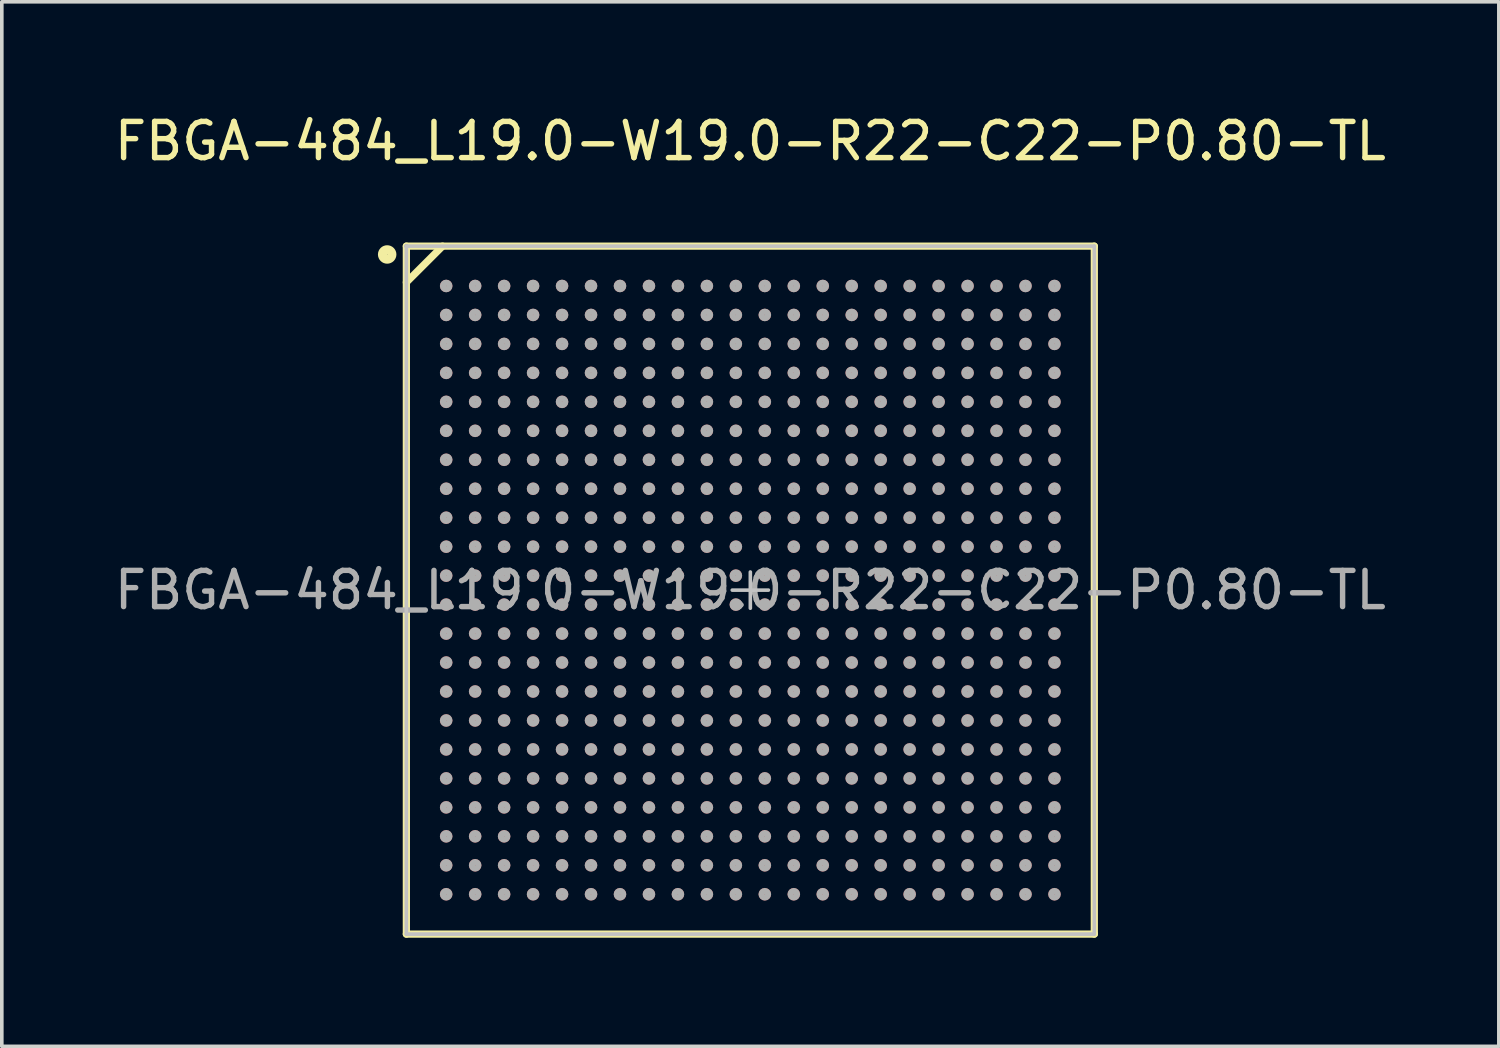
<source format=kicad_pcb>
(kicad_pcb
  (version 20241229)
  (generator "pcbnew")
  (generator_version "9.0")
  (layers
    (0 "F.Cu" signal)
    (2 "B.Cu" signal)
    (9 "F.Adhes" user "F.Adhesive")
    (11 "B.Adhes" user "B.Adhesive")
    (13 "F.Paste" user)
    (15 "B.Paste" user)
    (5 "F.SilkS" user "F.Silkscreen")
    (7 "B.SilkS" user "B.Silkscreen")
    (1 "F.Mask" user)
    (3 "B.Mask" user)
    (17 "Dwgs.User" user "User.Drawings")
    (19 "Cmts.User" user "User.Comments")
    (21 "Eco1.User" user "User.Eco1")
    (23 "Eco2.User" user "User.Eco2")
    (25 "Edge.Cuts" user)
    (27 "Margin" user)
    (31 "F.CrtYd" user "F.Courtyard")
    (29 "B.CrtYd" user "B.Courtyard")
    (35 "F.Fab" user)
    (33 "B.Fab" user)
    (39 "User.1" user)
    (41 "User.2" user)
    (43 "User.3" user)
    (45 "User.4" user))
  (footprint "FBGA-484_L19.0-W19.0-R22-C22-P0.80-TL"
    (layer "F.Cu")
    (at 17.673 13.248)
    (property "Reference" "FBGA-484_L19.0-W19.0-R22-C22-P0.80-TL" (at 0 -12.4 0) (layer "F.SilkS") (effects (font (size 1 1) (thickness 0.15))))
    (attr through_hole)
    (fp_line (start -9.5 -9.5) (end -9.5 9.5) (stroke (width 0.2) (type solid)) (layer "F.SilkS"))
    (fp_line (start -9.5 -8.5) (end -8.5 -9.5) (stroke (width 0.2) (type solid)) (layer "F.SilkS"))
    (fp_line (start -9.5 9.5) (end 9.5 9.5) (stroke (width 0.2) (type solid)) (layer "F.SilkS"))
    (fp_line (start 9.5 -9.5) (end -9.5 -9.5) (stroke (width 0.2) (type solid)) (layer "F.SilkS"))
    (fp_line (start 9.5 9.5) (end 9.5 -9.5) (stroke (width 0.2) (type solid)) (layer "F.SilkS"))
    (fp_circle (center -10.03 -9.27) (end -9.9 -9.27) (stroke (width 0.25) (type solid)) (fill no) (layer "F.SilkS"))
    (fp_line (start -9.5 -9.5) (end -9.5 9.5) (stroke (width 0.1) (type solid)) (layer "Dwgs.User"))
    (fp_line (start -9.5 9.5) (end 9.5 9.5) (stroke (width 0.1) (type solid)) (layer "Dwgs.User"))
    (fp_line (start -0.5 0) (end 0.5 0) (stroke (width 0.1) (type solid)) (layer "Dwgs.User"))
    (fp_line (start 0 0.5) (end 0 -0.5) (stroke (width 0.1) (type solid)) (layer "Dwgs.User"))
    (fp_line (start 9.5 -9.5) (end -9.5 -9.5) (stroke (width 0.1) (type solid)) (layer "Dwgs.User"))
    (fp_line (start 9.5 9.5) (end 9.5 -9.5) (stroke (width 0.1) (type solid)) (layer "Dwgs.User"))
    (fp_circle (center -9.5 -9.5) (end -9.47 -9.5) (stroke (width 0.06) (type solid)) (fill no) (layer "F.Fab"))
    (fp_circle (center -8.4 -8.4) (end -8.31 -8.4) (stroke (width 0.17) (type solid)) (fill no) (layer "F.Fab"))
    (fp_circle (center -8.4 -7.6) (end -8.31 -7.6) (stroke (width 0.17) (type solid)) (fill no) (layer "F.Fab"))
    (fp_circle (center -8.4 -6.8) (end -8.31 -6.8) (stroke (width 0.17) (type solid)) (fill no) (layer "F.Fab"))
    (fp_circle (center -8.4 -6) (end -8.31 -6) (stroke (width 0.17) (type solid)) (fill no) (layer "F.Fab"))
    (fp_circle (center -8.4 -5.2) (end -8.31 -5.2) (stroke (width 0.17) (type solid)) (fill no) (layer "F.Fab"))
    (fp_circle (center -8.4 -4.4) (end -8.31 -4.4) (stroke (width 0.17) (type solid)) (fill no) (layer "F.Fab"))
    (fp_circle (center -8.4 -3.6) (end -8.31 -3.6) (stroke (width 0.17) (type solid)) (fill no) (layer "F.Fab"))
    (fp_circle (center -8.4 -2.8) (end -8.31 -2.8) (stroke (width 0.17) (type solid)) (fill no) (layer "F.Fab"))
    (fp_circle (center -8.4 -2) (end -8.31 -2) (stroke (width 0.17) (type solid)) (fill no) (layer "F.Fab"))
    (fp_circle (center -8.4 -1.2) (end -8.31 -1.2) (stroke (width 0.17) (type solid)) (fill no) (layer "F.Fab"))
    (fp_circle (center -8.4 -0.4) (end -8.31 -0.4) (stroke (width 0.17) (type solid)) (fill no) (layer "F.Fab"))
    (fp_circle (center -8.4 0.4) (end -8.31 0.4) (stroke (width 0.17) (type solid)) (fill no) (layer "F.Fab"))
    (fp_circle (center -8.4 1.2) (end -8.31 1.2) (stroke (width 0.17) (type solid)) (fill no) (layer "F.Fab"))
    (fp_circle (center -8.4 2) (end -8.31 2) (stroke (width 0.17) (type solid)) (fill no) (layer "F.Fab"))
    (fp_circle (center -8.4 2.8) (end -8.31 2.8) (stroke (width 0.17) (type solid)) (fill no) (layer "F.Fab"))
    (fp_circle (center -8.4 3.6) (end -8.31 3.6) (stroke (width 0.17) (type solid)) (fill no) (layer "F.Fab"))
    (fp_circle (center -8.4 4.4) (end -8.31 4.4) (stroke (width 0.17) (type solid)) (fill no) (layer "F.Fab"))
    (fp_circle (center -8.4 5.2) (end -8.31 5.2) (stroke (width 0.17) (type solid)) (fill no) (layer "F.Fab"))
    (fp_circle (center -8.4 6) (end -8.31 6) (stroke (width 0.17) (type solid)) (fill no) (layer "F.Fab"))
    (fp_circle (center -8.4 6.8) (end -8.31 6.8) (stroke (width 0.17) (type solid)) (fill no) (layer "F.Fab"))
    (fp_circle (center -8.4 7.6) (end -8.31 7.6) (stroke (width 0.17) (type solid)) (fill no) (layer "F.Fab"))
    (fp_circle (center -8.4 8.4) (end -8.31 8.4) (stroke (width 0.17) (type solid)) (fill no) (layer "F.Fab"))
    (fp_circle (center -7.6 -8.4) (end -7.51 -8.4) (stroke (width 0.17) (type solid)) (fill no) (layer "F.Fab"))
    (fp_circle (center -7.6 -7.6) (end -7.51 -7.6) (stroke (width 0.17) (type solid)) (fill no) (layer "F.Fab"))
    (fp_circle (center -7.6 -6.8) (end -7.51 -6.8) (stroke (width 0.17) (type solid)) (fill no) (layer "F.Fab"))
    (fp_circle (center -7.6 -6) (end -7.51 -6) (stroke (width 0.17) (type solid)) (fill no) (layer "F.Fab"))
    (fp_circle (center -7.6 -5.2) (end -7.51 -5.2) (stroke (width 0.17) (type solid)) (fill no) (layer "F.Fab"))
    (fp_circle (center -7.6 -4.4) (end -7.51 -4.4) (stroke (width 0.17) (type solid)) (fill no) (layer "F.Fab"))
    (fp_circle (center -7.6 -3.6) (end -7.51 -3.6) (stroke (width 0.17) (type solid)) (fill no) (layer "F.Fab"))
    (fp_circle (center -7.6 -2.8) (end -7.51 -2.8) (stroke (width 0.17) (type solid)) (fill no) (layer "F.Fab"))
    (fp_circle (center -7.6 -2) (end -7.51 -2) (stroke (width 0.17) (type solid)) (fill no) (layer "F.Fab"))
    (fp_circle (center -7.6 -1.2) (end -7.51 -1.2) (stroke (width 0.17) (type solid)) (fill no) (layer "F.Fab"))
    (fp_circle (center -7.6 -0.4) (end -7.51 -0.4) (stroke (width 0.17) (type solid)) (fill no) (layer "F.Fab"))
    (fp_circle (center -7.6 0.4) (end -7.51 0.4) (stroke (width 0.17) (type solid)) (fill no) (layer "F.Fab"))
    (fp_circle (center -7.6 1.2) (end -7.51 1.2) (stroke (width 0.17) (type solid)) (fill no) (layer "F.Fab"))
    (fp_circle (center -7.6 2) (end -7.51 2) (stroke (width 0.17) (type solid)) (fill no) (layer "F.Fab"))
    (fp_circle (center -7.6 2.8) (end -7.51 2.8) (stroke (width 0.17) (type solid)) (fill no) (layer "F.Fab"))
    (fp_circle (center -7.6 3.6) (end -7.51 3.6) (stroke (width 0.17) (type solid)) (fill no) (layer "F.Fab"))
    (fp_circle (center -7.6 4.4) (end -7.51 4.4) (stroke (width 0.17) (type solid)) (fill no) (layer "F.Fab"))
    (fp_circle (center -7.6 5.2) (end -7.51 5.2) (stroke (width 0.17) (type solid)) (fill no) (layer "F.Fab"))
    (fp_circle (center -7.6 6) (end -7.51 6) (stroke (width 0.17) (type solid)) (fill no) (layer "F.Fab"))
    (fp_circle (center -7.6 6.8) (end -7.51 6.8) (stroke (width 0.17) (type solid)) (fill no) (layer "F.Fab"))
    (fp_circle (center -7.6 7.6) (end -7.51 7.6) (stroke (width 0.17) (type solid)) (fill no) (layer "F.Fab"))
    (fp_circle (center -7.6 8.4) (end -7.51 8.4) (stroke (width 0.17) (type solid)) (fill no) (layer "F.Fab"))
    (fp_circle (center -6.8 -8.4) (end -6.71 -8.4) (stroke (width 0.17) (type solid)) (fill no) (layer "F.Fab"))
    (fp_circle (center -6.8 -7.6) (end -6.71 -7.6) (stroke (width 0.17) (type solid)) (fill no) (layer "F.Fab"))
    (fp_circle (center -6.8 -6.8) (end -6.71 -6.8) (stroke (width 0.17) (type solid)) (fill no) (layer "F.Fab"))
    (fp_circle (center -6.8 -6) (end -6.71 -6) (stroke (width 0.17) (type solid)) (fill no) (layer "F.Fab"))
    (fp_circle (center -6.8 -5.2) (end -6.71 -5.2) (stroke (width 0.17) (type solid)) (fill no) (layer "F.Fab"))
    (fp_circle (center -6.8 -4.4) (end -6.71 -4.4) (stroke (width 0.17) (type solid)) (fill no) (layer "F.Fab"))
    (fp_circle (center -6.8 -3.6) (end -6.71 -3.6) (stroke (width 0.17) (type solid)) (fill no) (layer "F.Fab"))
    (fp_circle (center -6.8 -2.8) (end -6.71 -2.8) (stroke (width 0.17) (type solid)) (fill no) (layer "F.Fab"))
    (fp_circle (center -6.8 -2) (end -6.71 -2) (stroke (width 0.17) (type solid)) (fill no) (layer "F.Fab"))
    (fp_circle (center -6.8 -1.2) (end -6.71 -1.2) (stroke (width 0.17) (type solid)) (fill no) (layer "F.Fab"))
    (fp_circle (center -6.8 -0.4) (end -6.71 -0.4) (stroke (width 0.17) (type solid)) (fill no) (layer "F.Fab"))
    (fp_circle (center -6.8 0.4) (end -6.71 0.4) (stroke (width 0.17) (type solid)) (fill no) (layer "F.Fab"))
    (fp_circle (center -6.8 1.2) (end -6.71 1.2) (stroke (width 0.17) (type solid)) (fill no) (layer "F.Fab"))
    (fp_circle (center -6.8 2) (end -6.71 2) (stroke (width 0.17) (type solid)) (fill no) (layer "F.Fab"))
    (fp_circle (center -6.8 2.8) (end -6.71 2.8) (stroke (width 0.17) (type solid)) (fill no) (layer "F.Fab"))
    (fp_circle (center -6.8 3.6) (end -6.71 3.6) (stroke (width 0.17) (type solid)) (fill no) (layer "F.Fab"))
    (fp_circle (center -6.8 4.4) (end -6.71 4.4) (stroke (width 0.17) (type solid)) (fill no) (layer "F.Fab"))
    (fp_circle (center -6.8 5.2) (end -6.71 5.2) (stroke (width 0.17) (type solid)) (fill no) (layer "F.Fab"))
    (fp_circle (center -6.8 6) (end -6.71 6) (stroke (width 0.17) (type solid)) (fill no) (layer "F.Fab"))
    (fp_circle (center -6.8 6.8) (end -6.71 6.8) (stroke (width 0.17) (type solid)) (fill no) (layer "F.Fab"))
    (fp_circle (center -6.8 7.6) (end -6.71 7.6) (stroke (width 0.17) (type solid)) (fill no) (layer "F.Fab"))
    (fp_circle (center -6.8 8.4) (end -6.71 8.4) (stroke (width 0.17) (type solid)) (fill no) (layer "F.Fab"))
    (fp_circle (center -6 -8.4) (end -5.91 -8.4) (stroke (width 0.17) (type solid)) (fill no) (layer "F.Fab"))
    (fp_circle (center -6 -7.6) (end -5.91 -7.6) (stroke (width 0.17) (type solid)) (fill no) (layer "F.Fab"))
    (fp_circle (center -6 -6.8) (end -5.91 -6.8) (stroke (width 0.17) (type solid)) (fill no) (layer "F.Fab"))
    (fp_circle (center -6 -6) (end -5.91 -6) (stroke (width 0.17) (type solid)) (fill no) (layer "F.Fab"))
    (fp_circle (center -6 -5.2) (end -5.91 -5.2) (stroke (width 0.17) (type solid)) (fill no) (layer "F.Fab"))
    (fp_circle (center -6 -4.4) (end -5.91 -4.4) (stroke (width 0.17) (type solid)) (fill no) (layer "F.Fab"))
    (fp_circle (center -6 -3.6) (end -5.91 -3.6) (stroke (width 0.17) (type solid)) (fill no) (layer "F.Fab"))
    (fp_circle (center -6 -2.8) (end -5.91 -2.8) (stroke (width 0.17) (type solid)) (fill no) (layer "F.Fab"))
    (fp_circle (center -6 -2) (end -5.91 -2) (stroke (width 0.17) (type solid)) (fill no) (layer "F.Fab"))
    (fp_circle (center -6 -1.2) (end -5.91 -1.2) (stroke (width 0.17) (type solid)) (fill no) (layer "F.Fab"))
    (fp_circle (center -6 -0.4) (end -5.91 -0.4) (stroke (width 0.17) (type solid)) (fill no) (layer "F.Fab"))
    (fp_circle (center -6 0.4) (end -5.91 0.4) (stroke (width 0.17) (type solid)) (fill no) (layer "F.Fab"))
    (fp_circle (center -6 1.2) (end -5.91 1.2) (stroke (width 0.17) (type solid)) (fill no) (layer "F.Fab"))
    (fp_circle (center -6 2) (end -5.91 2) (stroke (width 0.17) (type solid)) (fill no) (layer "F.Fab"))
    (fp_circle (center -6 2.8) (end -5.91 2.8) (stroke (width 0.17) (type solid)) (fill no) (layer "F.Fab"))
    (fp_circle (center -6 3.6) (end -5.91 3.6) (stroke (width 0.17) (type solid)) (fill no) (layer "F.Fab"))
    (fp_circle (center -6 4.4) (end -5.91 4.4) (stroke (width 0.17) (type solid)) (fill no) (layer "F.Fab"))
    (fp_circle (center -6 5.2) (end -5.91 5.2) (stroke (width 0.17) (type solid)) (fill no) (layer "F.Fab"))
    (fp_circle (center -6 6) (end -5.91 6) (stroke (width 0.17) (type solid)) (fill no) (layer "F.Fab"))
    (fp_circle (center -6 6.8) (end -5.91 6.8) (stroke (width 0.17) (type solid)) (fill no) (layer "F.Fab"))
    (fp_circle (center -6 7.6) (end -5.91 7.6) (stroke (width 0.17) (type solid)) (fill no) (layer "F.Fab"))
    (fp_circle (center -6 8.4) (end -5.91 8.4) (stroke (width 0.17) (type solid)) (fill no) (layer "F.Fab"))
    (fp_circle (center -5.2 -8.4) (end -5.11 -8.4) (stroke (width 0.17) (type solid)) (fill no) (layer "F.Fab"))
    (fp_circle (center -5.2 -7.6) (end -5.11 -7.6) (stroke (width 0.17) (type solid)) (fill no) (layer "F.Fab"))
    (fp_circle (center -5.2 -6.8) (end -5.11 -6.8) (stroke (width 0.17) (type solid)) (fill no) (layer "F.Fab"))
    (fp_circle (center -5.2 -6) (end -5.11 -6) (stroke (width 0.17) (type solid)) (fill no) (layer "F.Fab"))
    (fp_circle (center -5.2 -5.2) (end -5.11 -5.2) (stroke (width 0.17) (type solid)) (fill no) (layer "F.Fab"))
    (fp_circle (center -5.2 -4.4) (end -5.11 -4.4) (stroke (width 0.17) (type solid)) (fill no) (layer "F.Fab"))
    (fp_circle (center -5.2 -3.6) (end -5.11 -3.6) (stroke (width 0.17) (type solid)) (fill no) (layer "F.Fab"))
    (fp_circle (center -5.2 -2.8) (end -5.11 -2.8) (stroke (width 0.17) (type solid)) (fill no) (layer "F.Fab"))
    (fp_circle (center -5.2 -2) (end -5.11 -2) (stroke (width 0.17) (type solid)) (fill no) (layer "F.Fab"))
    (fp_circle (center -5.2 -1.2) (end -5.11 -1.2) (stroke (width 0.17) (type solid)) (fill no) (layer "F.Fab"))
    (fp_circle (center -5.2 -0.4) (end -5.11 -0.4) (stroke (width 0.17) (type solid)) (fill no) (layer "F.Fab"))
    (fp_circle (center -5.2 0.4) (end -5.11 0.4) (stroke (width 0.17) (type solid)) (fill no) (layer "F.Fab"))
    (fp_circle (center -5.2 1.2) (end -5.11 1.2) (stroke (width 0.17) (type solid)) (fill no) (layer "F.Fab"))
    (fp_circle (center -5.2 2) (end -5.11 2) (stroke (width 0.17) (type solid)) (fill no) (layer "F.Fab"))
    (fp_circle (center -5.2 2.8) (end -5.11 2.8) (stroke (width 0.17) (type solid)) (fill no) (layer "F.Fab"))
    (fp_circle (center -5.2 3.6) (end -5.11 3.6) (stroke (width 0.17) (type solid)) (fill no) (layer "F.Fab"))
    (fp_circle (center -5.2 4.4) (end -5.11 4.4) (stroke (width 0.17) (type solid)) (fill no) (layer "F.Fab"))
    (fp_circle (center -5.2 5.2) (end -5.11 5.2) (stroke (width 0.17) (type solid)) (fill no) (layer "F.Fab"))
    (fp_circle (center -5.2 6) (end -5.11 6) (stroke (width 0.17) (type solid)) (fill no) (layer "F.Fab"))
    (fp_circle (center -5.2 6.8) (end -5.11 6.8) (stroke (width 0.17) (type solid)) (fill no) (layer "F.Fab"))
    (fp_circle (center -5.2 7.6) (end -5.11 7.6) (stroke (width 0.17) (type solid)) (fill no) (layer "F.Fab"))
    (fp_circle (center -5.2 8.4) (end -5.11 8.4) (stroke (width 0.17) (type solid)) (fill no) (layer "F.Fab"))
    (fp_circle (center -4.4 -8.4) (end -4.31 -8.4) (stroke (width 0.17) (type solid)) (fill no) (layer "F.Fab"))
    (fp_circle (center -4.4 -7.6) (end -4.31 -7.6) (stroke (width 0.17) (type solid)) (fill no) (layer "F.Fab"))
    (fp_circle (center -4.4 -6.8) (end -4.31 -6.8) (stroke (width 0.17) (type solid)) (fill no) (layer "F.Fab"))
    (fp_circle (center -4.4 -6) (end -4.31 -6) (stroke (width 0.17) (type solid)) (fill no) (layer "F.Fab"))
    (fp_circle (center -4.4 -5.2) (end -4.31 -5.2) (stroke (width 0.17) (type solid)) (fill no) (layer "F.Fab"))
    (fp_circle (center -4.4 -4.4) (end -4.31 -4.4) (stroke (width 0.17) (type solid)) (fill no) (layer "F.Fab"))
    (fp_circle (center -4.4 -3.6) (end -4.31 -3.6) (stroke (width 0.17) (type solid)) (fill no) (layer "F.Fab"))
    (fp_circle (center -4.4 -2.8) (end -4.31 -2.8) (stroke (width 0.17) (type solid)) (fill no) (layer "F.Fab"))
    (fp_circle (center -4.4 -2) (end -4.31 -2) (stroke (width 0.17) (type solid)) (fill no) (layer "F.Fab"))
    (fp_circle (center -4.4 -1.2) (end -4.31 -1.2) (stroke (width 0.17) (type solid)) (fill no) (layer "F.Fab"))
    (fp_circle (center -4.4 -0.4) (end -4.31 -0.4) (stroke (width 0.17) (type solid)) (fill no) (layer "F.Fab"))
    (fp_circle (center -4.4 0.4) (end -4.31 0.4) (stroke (width 0.17) (type solid)) (fill no) (layer "F.Fab"))
    (fp_circle (center -4.4 1.2) (end -4.31 1.2) (stroke (width 0.17) (type solid)) (fill no) (layer "F.Fab"))
    (fp_circle (center -4.4 2) (end -4.31 2) (stroke (width 0.17) (type solid)) (fill no) (layer "F.Fab"))
    (fp_circle (center -4.4 2.8) (end -4.31 2.8) (stroke (width 0.17) (type solid)) (fill no) (layer "F.Fab"))
    (fp_circle (center -4.4 3.6) (end -4.31 3.6) (stroke (width 0.17) (type solid)) (fill no) (layer "F.Fab"))
    (fp_circle (center -4.4 4.4) (end -4.31 4.4) (stroke (width 0.17) (type solid)) (fill no) (layer "F.Fab"))
    (fp_circle (center -4.4 5.2) (end -4.31 5.2) (stroke (width 0.17) (type solid)) (fill no) (layer "F.Fab"))
    (fp_circle (center -4.4 6) (end -4.31 6) (stroke (width 0.17) (type solid)) (fill no) (layer "F.Fab"))
    (fp_circle (center -4.4 6.8) (end -4.31 6.8) (stroke (width 0.17) (type solid)) (fill no) (layer "F.Fab"))
    (fp_circle (center -4.4 7.6) (end -4.31 7.6) (stroke (width 0.17) (type solid)) (fill no) (layer "F.Fab"))
    (fp_circle (center -4.4 8.4) (end -4.31 8.4) (stroke (width 0.17) (type solid)) (fill no) (layer "F.Fab"))
    (fp_circle (center -3.6 -8.4) (end -3.51 -8.4) (stroke (width 0.17) (type solid)) (fill no) (layer "F.Fab"))
    (fp_circle (center -3.6 -7.6) (end -3.51 -7.6) (stroke (width 0.17) (type solid)) (fill no) (layer "F.Fab"))
    (fp_circle (center -3.6 -6.8) (end -3.51 -6.8) (stroke (width 0.17) (type solid)) (fill no) (layer "F.Fab"))
    (fp_circle (center -3.6 -6) (end -3.51 -6) (stroke (width 0.17) (type solid)) (fill no) (layer "F.Fab"))
    (fp_circle (center -3.6 -5.2) (end -3.51 -5.2) (stroke (width 0.17) (type solid)) (fill no) (layer "F.Fab"))
    (fp_circle (center -3.6 -4.4) (end -3.51 -4.4) (stroke (width 0.17) (type solid)) (fill no) (layer "F.Fab"))
    (fp_circle (center -3.6 -3.6) (end -3.51 -3.6) (stroke (width 0.17) (type solid)) (fill no) (layer "F.Fab"))
    (fp_circle (center -3.6 -2.8) (end -3.51 -2.8) (stroke (width 0.17) (type solid)) (fill no) (layer "F.Fab"))
    (fp_circle (center -3.6 -2) (end -3.51 -2) (stroke (width 0.17) (type solid)) (fill no) (layer "F.Fab"))
    (fp_circle (center -3.6 -1.2) (end -3.51 -1.2) (stroke (width 0.17) (type solid)) (fill no) (layer "F.Fab"))
    (fp_circle (center -3.6 -0.4) (end -3.51 -0.4) (stroke (width 0.17) (type solid)) (fill no) (layer "F.Fab"))
    (fp_circle (center -3.6 0.4) (end -3.51 0.4) (stroke (width 0.17) (type solid)) (fill no) (layer "F.Fab"))
    (fp_circle (center -3.6 1.2) (end -3.51 1.2) (stroke (width 0.17) (type solid)) (fill no) (layer "F.Fab"))
    (fp_circle (center -3.6 2) (end -3.51 2) (stroke (width 0.17) (type solid)) (fill no) (layer "F.Fab"))
    (fp_circle (center -3.6 2.8) (end -3.51 2.8) (stroke (width 0.17) (type solid)) (fill no) (layer "F.Fab"))
    (fp_circle (center -3.6 3.6) (end -3.51 3.6) (stroke (width 0.17) (type solid)) (fill no) (layer "F.Fab"))
    (fp_circle (center -3.6 4.4) (end -3.51 4.4) (stroke (width 0.17) (type solid)) (fill no) (layer "F.Fab"))
    (fp_circle (center -3.6 5.2) (end -3.51 5.2) (stroke (width 0.17) (type solid)) (fill no) (layer "F.Fab"))
    (fp_circle (center -3.6 6) (end -3.51 6) (stroke (width 0.17) (type solid)) (fill no) (layer "F.Fab"))
    (fp_circle (center -3.6 6.8) (end -3.51 6.8) (stroke (width 0.17) (type solid)) (fill no) (layer "F.Fab"))
    (fp_circle (center -3.6 7.6) (end -3.51 7.6) (stroke (width 0.17) (type solid)) (fill no) (layer "F.Fab"))
    (fp_circle (center -3.6 8.4) (end -3.51 8.4) (stroke (width 0.17) (type solid)) (fill no) (layer "F.Fab"))
    (fp_circle (center -2.8 -8.4) (end -2.71 -8.4) (stroke (width 0.17) (type solid)) (fill no) (layer "F.Fab"))
    (fp_circle (center -2.8 -7.6) (end -2.71 -7.6) (stroke (width 0.17) (type solid)) (fill no) (layer "F.Fab"))
    (fp_circle (center -2.8 -6.8) (end -2.71 -6.8) (stroke (width 0.17) (type solid)) (fill no) (layer "F.Fab"))
    (fp_circle (center -2.8 -6) (end -2.71 -6) (stroke (width 0.17) (type solid)) (fill no) (layer "F.Fab"))
    (fp_circle (center -2.8 -5.2) (end -2.71 -5.2) (stroke (width 0.17) (type solid)) (fill no) (layer "F.Fab"))
    (fp_circle (center -2.8 -4.4) (end -2.71 -4.4) (stroke (width 0.17) (type solid)) (fill no) (layer "F.Fab"))
    (fp_circle (center -2.8 -3.6) (end -2.71 -3.6) (stroke (width 0.17) (type solid)) (fill no) (layer "F.Fab"))
    (fp_circle (center -2.8 -2.8) (end -2.71 -2.8) (stroke (width 0.17) (type solid)) (fill no) (layer "F.Fab"))
    (fp_circle (center -2.8 -2) (end -2.71 -2) (stroke (width 0.17) (type solid)) (fill no) (layer "F.Fab"))
    (fp_circle (center -2.8 -1.2) (end -2.71 -1.2) (stroke (width 0.17) (type solid)) (fill no) (layer "F.Fab"))
    (fp_circle (center -2.8 -0.4) (end -2.71 -0.4) (stroke (width 0.17) (type solid)) (fill no) (layer "F.Fab"))
    (fp_circle (center -2.8 0.4) (end -2.71 0.4) (stroke (width 0.17) (type solid)) (fill no) (layer "F.Fab"))
    (fp_circle (center -2.8 1.2) (end -2.71 1.2) (stroke (width 0.17) (type solid)) (fill no) (layer "F.Fab"))
    (fp_circle (center -2.8 2) (end -2.71 2) (stroke (width 0.17) (type solid)) (fill no) (layer "F.Fab"))
    (fp_circle (center -2.8 2.8) (end -2.71 2.8) (stroke (width 0.17) (type solid)) (fill no) (layer "F.Fab"))
    (fp_circle (center -2.8 3.6) (end -2.71 3.6) (stroke (width 0.17) (type solid)) (fill no) (layer "F.Fab"))
    (fp_circle (center -2.8 4.4) (end -2.71 4.4) (stroke (width 0.17) (type solid)) (fill no) (layer "F.Fab"))
    (fp_circle (center -2.8 5.2) (end -2.71 5.2) (stroke (width 0.17) (type solid)) (fill no) (layer "F.Fab"))
    (fp_circle (center -2.8 6) (end -2.71 6) (stroke (width 0.17) (type solid)) (fill no) (layer "F.Fab"))
    (fp_circle (center -2.8 6.8) (end -2.71 6.8) (stroke (width 0.17) (type solid)) (fill no) (layer "F.Fab"))
    (fp_circle (center -2.8 7.6) (end -2.71 7.6) (stroke (width 0.17) (type solid)) (fill no) (layer "F.Fab"))
    (fp_circle (center -2.8 8.4) (end -2.71 8.4) (stroke (width 0.17) (type solid)) (fill no) (layer "F.Fab"))
    (fp_circle (center -2 -8.4) (end -1.91 -8.4) (stroke (width 0.17) (type solid)) (fill no) (layer "F.Fab"))
    (fp_circle (center -2 -7.6) (end -1.91 -7.6) (stroke (width 0.17) (type solid)) (fill no) (layer "F.Fab"))
    (fp_circle (center -2 -6.8) (end -1.91 -6.8) (stroke (width 0.17) (type solid)) (fill no) (layer "F.Fab"))
    (fp_circle (center -2 -6) (end -1.91 -6) (stroke (width 0.17) (type solid)) (fill no) (layer "F.Fab"))
    (fp_circle (center -2 -5.2) (end -1.91 -5.2) (stroke (width 0.17) (type solid)) (fill no) (layer "F.Fab"))
    (fp_circle (center -2 -4.4) (end -1.91 -4.4) (stroke (width 0.17) (type solid)) (fill no) (layer "F.Fab"))
    (fp_circle (center -2 -3.6) (end -1.91 -3.6) (stroke (width 0.17) (type solid)) (fill no) (layer "F.Fab"))
    (fp_circle (center -2 -2.8) (end -1.91 -2.8) (stroke (width 0.17) (type solid)) (fill no) (layer "F.Fab"))
    (fp_circle (center -2 -2) (end -1.91 -2) (stroke (width 0.17) (type solid)) (fill no) (layer "F.Fab"))
    (fp_circle (center -2 -1.2) (end -1.91 -1.2) (stroke (width 0.17) (type solid)) (fill no) (layer "F.Fab"))
    (fp_circle (center -2 -0.4) (end -1.91 -0.4) (stroke (width 0.17) (type solid)) (fill no) (layer "F.Fab"))
    (fp_circle (center -2 0.4) (end -1.91 0.4) (stroke (width 0.17) (type solid)) (fill no) (layer "F.Fab"))
    (fp_circle (center -2 1.2) (end -1.91 1.2) (stroke (width 0.17) (type solid)) (fill no) (layer "F.Fab"))
    (fp_circle (center -2 2) (end -1.91 2) (stroke (width 0.17) (type solid)) (fill no) (layer "F.Fab"))
    (fp_circle (center -2 2.8) (end -1.91 2.8) (stroke (width 0.17) (type solid)) (fill no) (layer "F.Fab"))
    (fp_circle (center -2 3.6) (end -1.91 3.6) (stroke (width 0.17) (type solid)) (fill no) (layer "F.Fab"))
    (fp_circle (center -2 4.4) (end -1.91 4.4) (stroke (width 0.17) (type solid)) (fill no) (layer "F.Fab"))
    (fp_circle (center -2 5.2) (end -1.91 5.2) (stroke (width 0.17) (type solid)) (fill no) (layer "F.Fab"))
    (fp_circle (center -2 6) (end -1.91 6) (stroke (width 0.17) (type solid)) (fill no) (layer "F.Fab"))
    (fp_circle (center -2 6.8) (end -1.91 6.8) (stroke (width 0.17) (type solid)) (fill no) (layer "F.Fab"))
    (fp_circle (center -2 7.6) (end -1.91 7.6) (stroke (width 0.17) (type solid)) (fill no) (layer "F.Fab"))
    (fp_circle (center -2 8.4) (end -1.91 8.4) (stroke (width 0.17) (type solid)) (fill no) (layer "F.Fab"))
    (fp_circle (center -1.2 -8.4) (end -1.11 -8.4) (stroke (width 0.17) (type solid)) (fill no) (layer "F.Fab"))
    (fp_circle (center -1.2 -7.6) (end -1.11 -7.6) (stroke (width 0.17) (type solid)) (fill no) (layer "F.Fab"))
    (fp_circle (center -1.2 -6.8) (end -1.11 -6.8) (stroke (width 0.17) (type solid)) (fill no) (layer "F.Fab"))
    (fp_circle (center -1.2 -6) (end -1.11 -6) (stroke (width 0.17) (type solid)) (fill no) (layer "F.Fab"))
    (fp_circle (center -1.2 -5.2) (end -1.11 -5.2) (stroke (width 0.17) (type solid)) (fill no) (layer "F.Fab"))
    (fp_circle (center -1.2 -4.4) (end -1.11 -4.4) (stroke (width 0.17) (type solid)) (fill no) (layer "F.Fab"))
    (fp_circle (center -1.2 -3.6) (end -1.11 -3.6) (stroke (width 0.17) (type solid)) (fill no) (layer "F.Fab"))
    (fp_circle (center -1.2 -2.8) (end -1.11 -2.8) (stroke (width 0.17) (type solid)) (fill no) (layer "F.Fab"))
    (fp_circle (center -1.2 -2) (end -1.11 -2) (stroke (width 0.17) (type solid)) (fill no) (layer "F.Fab"))
    (fp_circle (center -1.2 -1.2) (end -1.11 -1.2) (stroke (width 0.17) (type solid)) (fill no) (layer "F.Fab"))
    (fp_circle (center -1.2 -0.4) (end -1.11 -0.4) (stroke (width 0.17) (type solid)) (fill no) (layer "F.Fab"))
    (fp_circle (center -1.2 0.4) (end -1.11 0.4) (stroke (width 0.17) (type solid)) (fill no) (layer "F.Fab"))
    (fp_circle (center -1.2 1.2) (end -1.11 1.2) (stroke (width 0.17) (type solid)) (fill no) (layer "F.Fab"))
    (fp_circle (center -1.2 2) (end -1.11 2) (stroke (width 0.17) (type solid)) (fill no) (layer "F.Fab"))
    (fp_circle (center -1.2 2.8) (end -1.11 2.8) (stroke (width 0.17) (type solid)) (fill no) (layer "F.Fab"))
    (fp_circle (center -1.2 3.6) (end -1.11 3.6) (stroke (width 0.17) (type solid)) (fill no) (layer "F.Fab"))
    (fp_circle (center -1.2 4.4) (end -1.11 4.4) (stroke (width 0.17) (type solid)) (fill no) (layer "F.Fab"))
    (fp_circle (center -1.2 5.2) (end -1.11 5.2) (stroke (width 0.17) (type solid)) (fill no) (layer "F.Fab"))
    (fp_circle (center -1.2 6) (end -1.11 6) (stroke (width 0.17) (type solid)) (fill no) (layer "F.Fab"))
    (fp_circle (center -1.2 6.8) (end -1.11 6.8) (stroke (width 0.17) (type solid)) (fill no) (layer "F.Fab"))
    (fp_circle (center -1.2 7.6) (end -1.11 7.6) (stroke (width 0.17) (type solid)) (fill no) (layer "F.Fab"))
    (fp_circle (center -1.2 8.4) (end -1.11 8.4) (stroke (width 0.17) (type solid)) (fill no) (layer "F.Fab"))
    (fp_circle (center -0.4 -8.4) (end -0.31 -8.4) (stroke (width 0.17) (type solid)) (fill no) (layer "F.Fab"))
    (fp_circle (center -0.4 -7.6) (end -0.31 -7.6) (stroke (width 0.17) (type solid)) (fill no) (layer "F.Fab"))
    (fp_circle (center -0.4 -6.8) (end -0.31 -6.8) (stroke (width 0.17) (type solid)) (fill no) (layer "F.Fab"))
    (fp_circle (center -0.4 -6) (end -0.31 -6) (stroke (width 0.17) (type solid)) (fill no) (layer "F.Fab"))
    (fp_circle (center -0.4 -5.2) (end -0.31 -5.2) (stroke (width 0.17) (type solid)) (fill no) (layer "F.Fab"))
    (fp_circle (center -0.4 -4.4) (end -0.31 -4.4) (stroke (width 0.17) (type solid)) (fill no) (layer "F.Fab"))
    (fp_circle (center -0.4 -3.6) (end -0.31 -3.6) (stroke (width 0.17) (type solid)) (fill no) (layer "F.Fab"))
    (fp_circle (center -0.4 -2.8) (end -0.31 -2.8) (stroke (width 0.17) (type solid)) (fill no) (layer "F.Fab"))
    (fp_circle (center -0.4 -2) (end -0.31 -2) (stroke (width 0.17) (type solid)) (fill no) (layer "F.Fab"))
    (fp_circle (center -0.4 -1.2) (end -0.31 -1.2) (stroke (width 0.17) (type solid)) (fill no) (layer "F.Fab"))
    (fp_circle (center -0.4 -0.4) (end -0.31 -0.4) (stroke (width 0.17) (type solid)) (fill no) (layer "F.Fab"))
    (fp_circle (center -0.4 0.4) (end -0.31 0.4) (stroke (width 0.17) (type solid)) (fill no) (layer "F.Fab"))
    (fp_circle (center -0.4 1.2) (end -0.31 1.2) (stroke (width 0.17) (type solid)) (fill no) (layer "F.Fab"))
    (fp_circle (center -0.4 2) (end -0.31 2) (stroke (width 0.17) (type solid)) (fill no) (layer "F.Fab"))
    (fp_circle (center -0.4 2.8) (end -0.31 2.8) (stroke (width 0.17) (type solid)) (fill no) (layer "F.Fab"))
    (fp_circle (center -0.4 3.6) (end -0.31 3.6) (stroke (width 0.17) (type solid)) (fill no) (layer "F.Fab"))
    (fp_circle (center -0.4 4.4) (end -0.31 4.4) (stroke (width 0.17) (type solid)) (fill no) (layer "F.Fab"))
    (fp_circle (center -0.4 5.2) (end -0.31 5.2) (stroke (width 0.17) (type solid)) (fill no) (layer "F.Fab"))
    (fp_circle (center -0.4 6) (end -0.31 6) (stroke (width 0.17) (type solid)) (fill no) (layer "F.Fab"))
    (fp_circle (center -0.4 6.8) (end -0.31 6.8) (stroke (width 0.17) (type solid)) (fill no) (layer "F.Fab"))
    (fp_circle (center -0.4 7.6) (end -0.31 7.6) (stroke (width 0.17) (type solid)) (fill no) (layer "F.Fab"))
    (fp_circle (center -0.4 8.4) (end -0.31 8.4) (stroke (width 0.17) (type solid)) (fill no) (layer "F.Fab"))
    (fp_circle (center 0.4 -8.4) (end 0.49 -8.4) (stroke (width 0.17) (type solid)) (fill no) (layer "F.Fab"))
    (fp_circle (center 0.4 -7.6) (end 0.49 -7.6) (stroke (width 0.17) (type solid)) (fill no) (layer "F.Fab"))
    (fp_circle (center 0.4 -6.8) (end 0.49 -6.8) (stroke (width 0.17) (type solid)) (fill no) (layer "F.Fab"))
    (fp_circle (center 0.4 -6) (end 0.49 -6) (stroke (width 0.17) (type solid)) (fill no) (layer "F.Fab"))
    (fp_circle (center 0.4 -5.2) (end 0.49 -5.2) (stroke (width 0.17) (type solid)) (fill no) (layer "F.Fab"))
    (fp_circle (center 0.4 -4.4) (end 0.49 -4.4) (stroke (width 0.17) (type solid)) (fill no) (layer "F.Fab"))
    (fp_circle (center 0.4 -3.6) (end 0.49 -3.6) (stroke (width 0.17) (type solid)) (fill no) (layer "F.Fab"))
    (fp_circle (center 0.4 -2.8) (end 0.49 -2.8) (stroke (width 0.17) (type solid)) (fill no) (layer "F.Fab"))
    (fp_circle (center 0.4 -2) (end 0.49 -2) (stroke (width 0.17) (type solid)) (fill no) (layer "F.Fab"))
    (fp_circle (center 0.4 -1.2) (end 0.49 -1.2) (stroke (width 0.17) (type solid)) (fill no) (layer "F.Fab"))
    (fp_circle (center 0.4 -0.4) (end 0.49 -0.4) (stroke (width 0.17) (type solid)) (fill no) (layer "F.Fab"))
    (fp_circle (center 0.4 0.4) (end 0.49 0.4) (stroke (width 0.17) (type solid)) (fill no) (layer "F.Fab"))
    (fp_circle (center 0.4 1.2) (end 0.49 1.2) (stroke (width 0.17) (type solid)) (fill no) (layer "F.Fab"))
    (fp_circle (center 0.4 2) (end 0.49 2) (stroke (width 0.17) (type solid)) (fill no) (layer "F.Fab"))
    (fp_circle (center 0.4 2.8) (end 0.49 2.8) (stroke (width 0.17) (type solid)) (fill no) (layer "F.Fab"))
    (fp_circle (center 0.4 3.6) (end 0.49 3.6) (stroke (width 0.17) (type solid)) (fill no) (layer "F.Fab"))
    (fp_circle (center 0.4 4.4) (end 0.49 4.4) (stroke (width 0.17) (type solid)) (fill no) (layer "F.Fab"))
    (fp_circle (center 0.4 5.2) (end 0.49 5.2) (stroke (width 0.17) (type solid)) (fill no) (layer "F.Fab"))
    (fp_circle (center 0.4 6) (end 0.49 6) (stroke (width 0.17) (type solid)) (fill no) (layer "F.Fab"))
    (fp_circle (center 0.4 6.8) (end 0.49 6.8) (stroke (width 0.17) (type solid)) (fill no) (layer "F.Fab"))
    (fp_circle (center 0.4 7.6) (end 0.49 7.6) (stroke (width 0.17) (type solid)) (fill no) (layer "F.Fab"))
    (fp_circle (center 0.4 8.4) (end 0.49 8.4) (stroke (width 0.17) (type solid)) (fill no) (layer "F.Fab"))
    (fp_circle (center 1.2 -8.4) (end 1.29 -8.4) (stroke (width 0.17) (type solid)) (fill no) (layer "F.Fab"))
    (fp_circle (center 1.2 -7.6) (end 1.29 -7.6) (stroke (width 0.17) (type solid)) (fill no) (layer "F.Fab"))
    (fp_circle (center 1.2 -6.8) (end 1.29 -6.8) (stroke (width 0.17) (type solid)) (fill no) (layer "F.Fab"))
    (fp_circle (center 1.2 -6) (end 1.29 -6) (stroke (width 0.17) (type solid)) (fill no) (layer "F.Fab"))
    (fp_circle (center 1.2 -5.2) (end 1.29 -5.2) (stroke (width 0.17) (type solid)) (fill no) (layer "F.Fab"))
    (fp_circle (center 1.2 -4.4) (end 1.29 -4.4) (stroke (width 0.17) (type solid)) (fill no) (layer "F.Fab"))
    (fp_circle (center 1.2 -3.6) (end 1.29 -3.6) (stroke (width 0.17) (type solid)) (fill no) (layer "F.Fab"))
    (fp_circle (center 1.2 -2.8) (end 1.29 -2.8) (stroke (width 0.17) (type solid)) (fill no) (layer "F.Fab"))
    (fp_circle (center 1.2 -2) (end 1.29 -2) (stroke (width 0.17) (type solid)) (fill no) (layer "F.Fab"))
    (fp_circle (center 1.2 -1.2) (end 1.29 -1.2) (stroke (width 0.17) (type solid)) (fill no) (layer "F.Fab"))
    (fp_circle (center 1.2 -0.4) (end 1.29 -0.4) (stroke (width 0.17) (type solid)) (fill no) (layer "F.Fab"))
    (fp_circle (center 1.2 0.4) (end 1.29 0.4) (stroke (width 0.17) (type solid)) (fill no) (layer "F.Fab"))
    (fp_circle (center 1.2 1.2) (end 1.29 1.2) (stroke (width 0.17) (type solid)) (fill no) (layer "F.Fab"))
    (fp_circle (center 1.2 2) (end 1.29 2) (stroke (width 0.17) (type solid)) (fill no) (layer "F.Fab"))
    (fp_circle (center 1.2 2.8) (end 1.29 2.8) (stroke (width 0.17) (type solid)) (fill no) (layer "F.Fab"))
    (fp_circle (center 1.2 3.6) (end 1.29 3.6) (stroke (width 0.17) (type solid)) (fill no) (layer "F.Fab"))
    (fp_circle (center 1.2 4.4) (end 1.29 4.4) (stroke (width 0.17) (type solid)) (fill no) (layer "F.Fab"))
    (fp_circle (center 1.2 5.2) (end 1.29 5.2) (stroke (width 0.17) (type solid)) (fill no) (layer "F.Fab"))
    (fp_circle (center 1.2 6) (end 1.29 6) (stroke (width 0.17) (type solid)) (fill no) (layer "F.Fab"))
    (fp_circle (center 1.2 6.8) (end 1.29 6.8) (stroke (width 0.17) (type solid)) (fill no) (layer "F.Fab"))
    (fp_circle (center 1.2 7.6) (end 1.29 7.6) (stroke (width 0.17) (type solid)) (fill no) (layer "F.Fab"))
    (fp_circle (center 1.2 8.4) (end 1.29 8.4) (stroke (width 0.17) (type solid)) (fill no) (layer "F.Fab"))
    (fp_circle (center 2 -8.4) (end 2.09 -8.4) (stroke (width 0.17) (type solid)) (fill no) (layer "F.Fab"))
    (fp_circle (center 2 -7.6) (end 2.09 -7.6) (stroke (width 0.17) (type solid)) (fill no) (layer "F.Fab"))
    (fp_circle (center 2 -6.8) (end 2.09 -6.8) (stroke (width 0.17) (type solid)) (fill no) (layer "F.Fab"))
    (fp_circle (center 2 -6) (end 2.09 -6) (stroke (width 0.17) (type solid)) (fill no) (layer "F.Fab"))
    (fp_circle (center 2 -5.2) (end 2.09 -5.2) (stroke (width 0.17) (type solid)) (fill no) (layer "F.Fab"))
    (fp_circle (center 2 -4.4) (end 2.09 -4.4) (stroke (width 0.17) (type solid)) (fill no) (layer "F.Fab"))
    (fp_circle (center 2 -3.6) (end 2.09 -3.6) (stroke (width 0.17) (type solid)) (fill no) (layer "F.Fab"))
    (fp_circle (center 2 -2.8) (end 2.09 -2.8) (stroke (width 0.17) (type solid)) (fill no) (layer "F.Fab"))
    (fp_circle (center 2 -2) (end 2.09 -2) (stroke (width 0.17) (type solid)) (fill no) (layer "F.Fab"))
    (fp_circle (center 2 -1.2) (end 2.09 -1.2) (stroke (width 0.17) (type solid)) (fill no) (layer "F.Fab"))
    (fp_circle (center 2 -0.4) (end 2.09 -0.4) (stroke (width 0.17) (type solid)) (fill no) (layer "F.Fab"))
    (fp_circle (center 2 0.4) (end 2.09 0.4) (stroke (width 0.17) (type solid)) (fill no) (layer "F.Fab"))
    (fp_circle (center 2 1.2) (end 2.09 1.2) (stroke (width 0.17) (type solid)) (fill no) (layer "F.Fab"))
    (fp_circle (center 2 2) (end 2.09 2) (stroke (width 0.17) (type solid)) (fill no) (layer "F.Fab"))
    (fp_circle (center 2 2.8) (end 2.09 2.8) (stroke (width 0.17) (type solid)) (fill no) (layer "F.Fab"))
    (fp_circle (center 2 3.6) (end 2.09 3.6) (stroke (width 0.17) (type solid)) (fill no) (layer "F.Fab"))
    (fp_circle (center 2 4.4) (end 2.09 4.4) (stroke (width 0.17) (type solid)) (fill no) (layer "F.Fab"))
    (fp_circle (center 2 5.2) (end 2.09 5.2) (stroke (width 0.17) (type solid)) (fill no) (layer "F.Fab"))
    (fp_circle (center 2 6) (end 2.09 6) (stroke (width 0.17) (type solid)) (fill no) (layer "F.Fab"))
    (fp_circle (center 2 6.8) (end 2.09 6.8) (stroke (width 0.17) (type solid)) (fill no) (layer "F.Fab"))
    (fp_circle (center 2 7.6) (end 2.09 7.6) (stroke (width 0.17) (type solid)) (fill no) (layer "F.Fab"))
    (fp_circle (center 2 8.4) (end 2.09 8.4) (stroke (width 0.17) (type solid)) (fill no) (layer "F.Fab"))
    (fp_circle (center 2.8 -8.4) (end 2.89 -8.4) (stroke (width 0.17) (type solid)) (fill no) (layer "F.Fab"))
    (fp_circle (center 2.8 -7.6) (end 2.89 -7.6) (stroke (width 0.17) (type solid)) (fill no) (layer "F.Fab"))
    (fp_circle (center 2.8 -6.8) (end 2.89 -6.8) (stroke (width 0.17) (type solid)) (fill no) (layer "F.Fab"))
    (fp_circle (center 2.8 -6) (end 2.89 -6) (stroke (width 0.17) (type solid)) (fill no) (layer "F.Fab"))
    (fp_circle (center 2.8 -5.2) (end 2.89 -5.2) (stroke (width 0.17) (type solid)) (fill no) (layer "F.Fab"))
    (fp_circle (center 2.8 -4.4) (end 2.89 -4.4) (stroke (width 0.17) (type solid)) (fill no) (layer "F.Fab"))
    (fp_circle (center 2.8 -3.6) (end 2.89 -3.6) (stroke (width 0.17) (type solid)) (fill no) (layer "F.Fab"))
    (fp_circle (center 2.8 -2.8) (end 2.89 -2.8) (stroke (width 0.17) (type solid)) (fill no) (layer "F.Fab"))
    (fp_circle (center 2.8 -2) (end 2.89 -2) (stroke (width 0.17) (type solid)) (fill no) (layer "F.Fab"))
    (fp_circle (center 2.8 -1.2) (end 2.89 -1.2) (stroke (width 0.17) (type solid)) (fill no) (layer "F.Fab"))
    (fp_circle (center 2.8 -0.4) (end 2.89 -0.4) (stroke (width 0.17) (type solid)) (fill no) (layer "F.Fab"))
    (fp_circle (center 2.8 0.4) (end 2.89 0.4) (stroke (width 0.17) (type solid)) (fill no) (layer "F.Fab"))
    (fp_circle (center 2.8 1.2) (end 2.89 1.2) (stroke (width 0.17) (type solid)) (fill no) (layer "F.Fab"))
    (fp_circle (center 2.8 2) (end 2.89 2) (stroke (width 0.17) (type solid)) (fill no) (layer "F.Fab"))
    (fp_circle (center 2.8 2.8) (end 2.89 2.8) (stroke (width 0.17) (type solid)) (fill no) (layer "F.Fab"))
    (fp_circle (center 2.8 3.6) (end 2.89 3.6) (stroke (width 0.17) (type solid)) (fill no) (layer "F.Fab"))
    (fp_circle (center 2.8 4.4) (end 2.89 4.4) (stroke (width 0.17) (type solid)) (fill no) (layer "F.Fab"))
    (fp_circle (center 2.8 5.2) (end 2.89 5.2) (stroke (width 0.17) (type solid)) (fill no) (layer "F.Fab"))
    (fp_circle (center 2.8 6) (end 2.89 6) (stroke (width 0.17) (type solid)) (fill no) (layer "F.Fab"))
    (fp_circle (center 2.8 6.8) (end 2.89 6.8) (stroke (width 0.17) (type solid)) (fill no) (layer "F.Fab"))
    (fp_circle (center 2.8 7.6) (end 2.89 7.6) (stroke (width 0.17) (type solid)) (fill no) (layer "F.Fab"))
    (fp_circle (center 2.8 8.4) (end 2.89 8.4) (stroke (width 0.17) (type solid)) (fill no) (layer "F.Fab"))
    (fp_circle (center 3.6 -8.4) (end 3.69 -8.4) (stroke (width 0.17) (type solid)) (fill no) (layer "F.Fab"))
    (fp_circle (center 3.6 -7.6) (end 3.69 -7.6) (stroke (width 0.17) (type solid)) (fill no) (layer "F.Fab"))
    (fp_circle (center 3.6 -6.8) (end 3.69 -6.8) (stroke (width 0.17) (type solid)) (fill no) (layer "F.Fab"))
    (fp_circle (center 3.6 -6) (end 3.69 -6) (stroke (width 0.17) (type solid)) (fill no) (layer "F.Fab"))
    (fp_circle (center 3.6 -5.2) (end 3.69 -5.2) (stroke (width 0.17) (type solid)) (fill no) (layer "F.Fab"))
    (fp_circle (center 3.6 -4.4) (end 3.69 -4.4) (stroke (width 0.17) (type solid)) (fill no) (layer "F.Fab"))
    (fp_circle (center 3.6 -3.6) (end 3.69 -3.6) (stroke (width 0.17) (type solid)) (fill no) (layer "F.Fab"))
    (fp_circle (center 3.6 -2.8) (end 3.69 -2.8) (stroke (width 0.17) (type solid)) (fill no) (layer "F.Fab"))
    (fp_circle (center 3.6 -2) (end 3.69 -2) (stroke (width 0.17) (type solid)) (fill no) (layer "F.Fab"))
    (fp_circle (center 3.6 -1.2) (end 3.69 -1.2) (stroke (width 0.17) (type solid)) (fill no) (layer "F.Fab"))
    (fp_circle (center 3.6 -0.4) (end 3.69 -0.4) (stroke (width 0.17) (type solid)) (fill no) (layer "F.Fab"))
    (fp_circle (center 3.6 0.4) (end 3.69 0.4) (stroke (width 0.17) (type solid)) (fill no) (layer "F.Fab"))
    (fp_circle (center 3.6 1.2) (end 3.69 1.2) (stroke (width 0.17) (type solid)) (fill no) (layer "F.Fab"))
    (fp_circle (center 3.6 2) (end 3.69 2) (stroke (width 0.17) (type solid)) (fill no) (layer "F.Fab"))
    (fp_circle (center 3.6 2.8) (end 3.69 2.8) (stroke (width 0.17) (type solid)) (fill no) (layer "F.Fab"))
    (fp_circle (center 3.6 3.6) (end 3.69 3.6) (stroke (width 0.17) (type solid)) (fill no) (layer "F.Fab"))
    (fp_circle (center 3.6 4.4) (end 3.69 4.4) (stroke (width 0.17) (type solid)) (fill no) (layer "F.Fab"))
    (fp_circle (center 3.6 5.2) (end 3.69 5.2) (stroke (width 0.17) (type solid)) (fill no) (layer "F.Fab"))
    (fp_circle (center 3.6 6) (end 3.69 6) (stroke (width 0.17) (type solid)) (fill no) (layer "F.Fab"))
    (fp_circle (center 3.6 6.8) (end 3.69 6.8) (stroke (width 0.17) (type solid)) (fill no) (layer "F.Fab"))
    (fp_circle (center 3.6 7.6) (end 3.69 7.6) (stroke (width 0.17) (type solid)) (fill no) (layer "F.Fab"))
    (fp_circle (center 3.6 8.4) (end 3.69 8.4) (stroke (width 0.17) (type solid)) (fill no) (layer "F.Fab"))
    (fp_circle (center 4.4 -8.4) (end 4.49 -8.4) (stroke (width 0.17) (type solid)) (fill no) (layer "F.Fab"))
    (fp_circle (center 4.4 -7.6) (end 4.49 -7.6) (stroke (width 0.17) (type solid)) (fill no) (layer "F.Fab"))
    (fp_circle (center 4.4 -6.8) (end 4.49 -6.8) (stroke (width 0.17) (type solid)) (fill no) (layer "F.Fab"))
    (fp_circle (center 4.4 -6) (end 4.49 -6) (stroke (width 0.17) (type solid)) (fill no) (layer "F.Fab"))
    (fp_circle (center 4.4 -5.2) (end 4.49 -5.2) (stroke (width 0.17) (type solid)) (fill no) (layer "F.Fab"))
    (fp_circle (center 4.4 -4.4) (end 4.49 -4.4) (stroke (width 0.17) (type solid)) (fill no) (layer "F.Fab"))
    (fp_circle (center 4.4 -3.6) (end 4.49 -3.6) (stroke (width 0.17) (type solid)) (fill no) (layer "F.Fab"))
    (fp_circle (center 4.4 -2.8) (end 4.49 -2.8) (stroke (width 0.17) (type solid)) (fill no) (layer "F.Fab"))
    (fp_circle (center 4.4 -2) (end 4.49 -2) (stroke (width 0.17) (type solid)) (fill no) (layer "F.Fab"))
    (fp_circle (center 4.4 -1.2) (end 4.49 -1.2) (stroke (width 0.17) (type solid)) (fill no) (layer "F.Fab"))
    (fp_circle (center 4.4 -0.4) (end 4.49 -0.4) (stroke (width 0.17) (type solid)) (fill no) (layer "F.Fab"))
    (fp_circle (center 4.4 0.4) (end 4.49 0.4) (stroke (width 0.17) (type solid)) (fill no) (layer "F.Fab"))
    (fp_circle (center 4.4 1.2) (end 4.49 1.2) (stroke (width 0.17) (type solid)) (fill no) (layer "F.Fab"))
    (fp_circle (center 4.4 2) (end 4.49 2) (stroke (width 0.17) (type solid)) (fill no) (layer "F.Fab"))
    (fp_circle (center 4.4 2.8) (end 4.49 2.8) (stroke (width 0.17) (type solid)) (fill no) (layer "F.Fab"))
    (fp_circle (center 4.4 3.6) (end 4.49 3.6) (stroke (width 0.17) (type solid)) (fill no) (layer "F.Fab"))
    (fp_circle (center 4.4 4.4) (end 4.49 4.4) (stroke (width 0.17) (type solid)) (fill no) (layer "F.Fab"))
    (fp_circle (center 4.4 5.2) (end 4.49 5.2) (stroke (width 0.17) (type solid)) (fill no) (layer "F.Fab"))
    (fp_circle (center 4.4 6) (end 4.49 6) (stroke (width 0.17) (type solid)) (fill no) (layer "F.Fab"))
    (fp_circle (center 4.4 6.8) (end 4.49 6.8) (stroke (width 0.17) (type solid)) (fill no) (layer "F.Fab"))
    (fp_circle (center 4.4 7.6) (end 4.49 7.6) (stroke (width 0.17) (type solid)) (fill no) (layer "F.Fab"))
    (fp_circle (center 4.4 8.4) (end 4.49 8.4) (stroke (width 0.17) (type solid)) (fill no) (layer "F.Fab"))
    (fp_circle (center 5.2 -8.4) (end 5.29 -8.4) (stroke (width 0.17) (type solid)) (fill no) (layer "F.Fab"))
    (fp_circle (center 5.2 -7.6) (end 5.29 -7.6) (stroke (width 0.17) (type solid)) (fill no) (layer "F.Fab"))
    (fp_circle (center 5.2 -6.8) (end 5.29 -6.8) (stroke (width 0.17) (type solid)) (fill no) (layer "F.Fab"))
    (fp_circle (center 5.2 -6) (end 5.29 -6) (stroke (width 0.17) (type solid)) (fill no) (layer "F.Fab"))
    (fp_circle (center 5.2 -5.2) (end 5.29 -5.2) (stroke (width 0.17) (type solid)) (fill no) (layer "F.Fab"))
    (fp_circle (center 5.2 -4.4) (end 5.29 -4.4) (stroke (width 0.17) (type solid)) (fill no) (layer "F.Fab"))
    (fp_circle (center 5.2 -3.6) (end 5.29 -3.6) (stroke (width 0.17) (type solid)) (fill no) (layer "F.Fab"))
    (fp_circle (center 5.2 -2.8) (end 5.29 -2.8) (stroke (width 0.17) (type solid)) (fill no) (layer "F.Fab"))
    (fp_circle (center 5.2 -2) (end 5.29 -2) (stroke (width 0.17) (type solid)) (fill no) (layer "F.Fab"))
    (fp_circle (center 5.2 -1.2) (end 5.29 -1.2) (stroke (width 0.17) (type solid)) (fill no) (layer "F.Fab"))
    (fp_circle (center 5.2 -0.4) (end 5.29 -0.4) (stroke (width 0.17) (type solid)) (fill no) (layer "F.Fab"))
    (fp_circle (center 5.2 0.4) (end 5.29 0.4) (stroke (width 0.17) (type solid)) (fill no) (layer "F.Fab"))
    (fp_circle (center 5.2 1.2) (end 5.29 1.2) (stroke (width 0.17) (type solid)) (fill no) (layer "F.Fab"))
    (fp_circle (center 5.2 2) (end 5.29 2) (stroke (width 0.17) (type solid)) (fill no) (layer "F.Fab"))
    (fp_circle (center 5.2 2.8) (end 5.29 2.8) (stroke (width 0.17) (type solid)) (fill no) (layer "F.Fab"))
    (fp_circle (center 5.2 3.6) (end 5.29 3.6) (stroke (width 0.17) (type solid)) (fill no) (layer "F.Fab"))
    (fp_circle (center 5.2 4.4) (end 5.29 4.4) (stroke (width 0.17) (type solid)) (fill no) (layer "F.Fab"))
    (fp_circle (center 5.2 5.2) (end 5.29 5.2) (stroke (width 0.17) (type solid)) (fill no) (layer "F.Fab"))
    (fp_circle (center 5.2 6) (end 5.29 6) (stroke (width 0.17) (type solid)) (fill no) (layer "F.Fab"))
    (fp_circle (center 5.2 6.8) (end 5.29 6.8) (stroke (width 0.17) (type solid)) (fill no) (layer "F.Fab"))
    (fp_circle (center 5.2 7.6) (end 5.29 7.6) (stroke (width 0.17) (type solid)) (fill no) (layer "F.Fab"))
    (fp_circle (center 5.2 8.4) (end 5.29 8.4) (stroke (width 0.17) (type solid)) (fill no) (layer "F.Fab"))
    (fp_circle (center 6 -8.4) (end 6.09 -8.4) (stroke (width 0.17) (type solid)) (fill no) (layer "F.Fab"))
    (fp_circle (center 6 -7.6) (end 6.09 -7.6) (stroke (width 0.17) (type solid)) (fill no) (layer "F.Fab"))
    (fp_circle (center 6 -6.8) (end 6.09 -6.8) (stroke (width 0.17) (type solid)) (fill no) (layer "F.Fab"))
    (fp_circle (center 6 -6) (end 6.09 -6) (stroke (width 0.17) (type solid)) (fill no) (layer "F.Fab"))
    (fp_circle (center 6 -5.2) (end 6.09 -5.2) (stroke (width 0.17) (type solid)) (fill no) (layer "F.Fab"))
    (fp_circle (center 6 -4.4) (end 6.09 -4.4) (stroke (width 0.17) (type solid)) (fill no) (layer "F.Fab"))
    (fp_circle (center 6 -3.6) (end 6.09 -3.6) (stroke (width 0.17) (type solid)) (fill no) (layer "F.Fab"))
    (fp_circle (center 6 -2.8) (end 6.09 -2.8) (stroke (width 0.17) (type solid)) (fill no) (layer "F.Fab"))
    (fp_circle (center 6 -2) (end 6.09 -2) (stroke (width 0.17) (type solid)) (fill no) (layer "F.Fab"))
    (fp_circle (center 6 -1.2) (end 6.09 -1.2) (stroke (width 0.17) (type solid)) (fill no) (layer "F.Fab"))
    (fp_circle (center 6 -0.4) (end 6.09 -0.4) (stroke (width 0.17) (type solid)) (fill no) (layer "F.Fab"))
    (fp_circle (center 6 0.4) (end 6.09 0.4) (stroke (width 0.17) (type solid)) (fill no) (layer "F.Fab"))
    (fp_circle (center 6 1.2) (end 6.09 1.2) (stroke (width 0.17) (type solid)) (fill no) (layer "F.Fab"))
    (fp_circle (center 6 2) (end 6.09 2) (stroke (width 0.17) (type solid)) (fill no) (layer "F.Fab"))
    (fp_circle (center 6 2.8) (end 6.09 2.8) (stroke (width 0.17) (type solid)) (fill no) (layer "F.Fab"))
    (fp_circle (center 6 3.6) (end 6.09 3.6) (stroke (width 0.17) (type solid)) (fill no) (layer "F.Fab"))
    (fp_circle (center 6 4.4) (end 6.09 4.4) (stroke (width 0.17) (type solid)) (fill no) (layer "F.Fab"))
    (fp_circle (center 6 5.2) (end 6.09 5.2) (stroke (width 0.17) (type solid)) (fill no) (layer "F.Fab"))
    (fp_circle (center 6 6) (end 6.09 6) (stroke (width 0.17) (type solid)) (fill no) (layer "F.Fab"))
    (fp_circle (center 6 6.8) (end 6.09 6.8) (stroke (width 0.17) (type solid)) (fill no) (layer "F.Fab"))
    (fp_circle (center 6 7.6) (end 6.09 7.6) (stroke (width 0.17) (type solid)) (fill no) (layer "F.Fab"))
    (fp_circle (center 6 8.4) (end 6.09 8.4) (stroke (width 0.17) (type solid)) (fill no) (layer "F.Fab"))
    (fp_circle (center 6.8 -8.4) (end 6.89 -8.4) (stroke (width 0.17) (type solid)) (fill no) (layer "F.Fab"))
    (fp_circle (center 6.8 -7.6) (end 6.89 -7.6) (stroke (width 0.17) (type solid)) (fill no) (layer "F.Fab"))
    (fp_circle (center 6.8 -6.8) (end 6.89 -6.8) (stroke (width 0.17) (type solid)) (fill no) (layer "F.Fab"))
    (fp_circle (center 6.8 -6) (end 6.89 -6) (stroke (width 0.17) (type solid)) (fill no) (layer "F.Fab"))
    (fp_circle (center 6.8 -5.2) (end 6.89 -5.2) (stroke (width 0.17) (type solid)) (fill no) (layer "F.Fab"))
    (fp_circle (center 6.8 -4.4) (end 6.89 -4.4) (stroke (width 0.17) (type solid)) (fill no) (layer "F.Fab"))
    (fp_circle (center 6.8 -3.6) (end 6.89 -3.6) (stroke (width 0.17) (type solid)) (fill no) (layer "F.Fab"))
    (fp_circle (center 6.8 -2.8) (end 6.89 -2.8) (stroke (width 0.17) (type solid)) (fill no) (layer "F.Fab"))
    (fp_circle (center 6.8 -2) (end 6.89 -2) (stroke (width 0.17) (type solid)) (fill no) (layer "F.Fab"))
    (fp_circle (center 6.8 -1.2) (end 6.89 -1.2) (stroke (width 0.17) (type solid)) (fill no) (layer "F.Fab"))
    (fp_circle (center 6.8 -0.4) (end 6.89 -0.4) (stroke (width 0.17) (type solid)) (fill no) (layer "F.Fab"))
    (fp_circle (center 6.8 0.4) (end 6.89 0.4) (stroke (width 0.17) (type solid)) (fill no) (layer "F.Fab"))
    (fp_circle (center 6.8 1.2) (end 6.89 1.2) (stroke (width 0.17) (type solid)) (fill no) (layer "F.Fab"))
    (fp_circle (center 6.8 2) (end 6.89 2) (stroke (width 0.17) (type solid)) (fill no) (layer "F.Fab"))
    (fp_circle (center 6.8 2.8) (end 6.89 2.8) (stroke (width 0.17) (type solid)) (fill no) (layer "F.Fab"))
    (fp_circle (center 6.8 3.6) (end 6.89 3.6) (stroke (width 0.17) (type solid)) (fill no) (layer "F.Fab"))
    (fp_circle (center 6.8 4.4) (end 6.89 4.4) (stroke (width 0.17) (type solid)) (fill no) (layer "F.Fab"))
    (fp_circle (center 6.8 5.2) (end 6.89 5.2) (stroke (width 0.17) (type solid)) (fill no) (layer "F.Fab"))
    (fp_circle (center 6.8 6) (end 6.89 6) (stroke (width 0.17) (type solid)) (fill no) (layer "F.Fab"))
    (fp_circle (center 6.8 6.8) (end 6.89 6.8) (stroke (width 0.17) (type solid)) (fill no) (layer "F.Fab"))
    (fp_circle (center 6.8 7.6) (end 6.89 7.6) (stroke (width 0.17) (type solid)) (fill no) (layer "F.Fab"))
    (fp_circle (center 6.8 8.4) (end 6.89 8.4) (stroke (width 0.17) (type solid)) (fill no) (layer "F.Fab"))
    (fp_circle (center 7.6 -8.4) (end 7.69 -8.4) (stroke (width 0.17) (type solid)) (fill no) (layer "F.Fab"))
    (fp_circle (center 7.6 -7.6) (end 7.69 -7.6) (stroke (width 0.17) (type solid)) (fill no) (layer "F.Fab"))
    (fp_circle (center 7.6 -6.8) (end 7.69 -6.8) (stroke (width 0.17) (type solid)) (fill no) (layer "F.Fab"))
    (fp_circle (center 7.6 -6) (end 7.69 -6) (stroke (width 0.17) (type solid)) (fill no) (layer "F.Fab"))
    (fp_circle (center 7.6 -5.2) (end 7.69 -5.2) (stroke (width 0.17) (type solid)) (fill no) (layer "F.Fab"))
    (fp_circle (center 7.6 -4.4) (end 7.69 -4.4) (stroke (width 0.17) (type solid)) (fill no) (layer "F.Fab"))
    (fp_circle (center 7.6 -3.6) (end 7.69 -3.6) (stroke (width 0.17) (type solid)) (fill no) (layer "F.Fab"))
    (fp_circle (center 7.6 -2.8) (end 7.69 -2.8) (stroke (width 0.17) (type solid)) (fill no) (layer "F.Fab"))
    (fp_circle (center 7.6 -2) (end 7.69 -2) (stroke (width 0.17) (type solid)) (fill no) (layer "F.Fab"))
    (fp_circle (center 7.6 -1.2) (end 7.69 -1.2) (stroke (width 0.17) (type solid)) (fill no) (layer "F.Fab"))
    (fp_circle (center 7.6 -0.4) (end 7.69 -0.4) (stroke (width 0.17) (type solid)) (fill no) (layer "F.Fab"))
    (fp_circle (center 7.6 0.4) (end 7.69 0.4) (stroke (width 0.17) (type solid)) (fill no) (layer "F.Fab"))
    (fp_circle (center 7.6 1.2) (end 7.69 1.2) (stroke (width 0.17) (type solid)) (fill no) (layer "F.Fab"))
    (fp_circle (center 7.6 2) (end 7.69 2) (stroke (width 0.17) (type solid)) (fill no) (layer "F.Fab"))
    (fp_circle (center 7.6 2.8) (end 7.69 2.8) (stroke (width 0.17) (type solid)) (fill no) (layer "F.Fab"))
    (fp_circle (center 7.6 3.6) (end 7.69 3.6) (stroke (width 0.17) (type solid)) (fill no) (layer "F.Fab"))
    (fp_circle (center 7.6 4.4) (end 7.69 4.4) (stroke (width 0.17) (type solid)) (fill no) (layer "F.Fab"))
    (fp_circle (center 7.6 5.2) (end 7.69 5.2) (stroke (width 0.17) (type solid)) (fill no) (layer "F.Fab"))
    (fp_circle (center 7.6 6) (end 7.69 6) (stroke (width 0.17) (type solid)) (fill no) (layer "F.Fab"))
    (fp_circle (center 7.6 6.8) (end 7.69 6.8) (stroke (width 0.17) (type solid)) (fill no) (layer "F.Fab"))
    (fp_circle (center 7.6 7.6) (end 7.69 7.6) (stroke (width 0.17) (type solid)) (fill no) (layer "F.Fab"))
    (fp_circle (center 7.6 8.4) (end 7.69 8.4) (stroke (width 0.17) (type solid)) (fill no) (layer "F.Fab"))
    (fp_circle (center 8.4 -8.4) (end 8.49 -8.4) (stroke (width 0.17) (type solid)) (fill no) (layer "F.Fab"))
    (fp_circle (center 8.4 -7.6) (end 8.49 -7.6) (stroke (width 0.17) (type solid)) (fill no) (layer "F.Fab"))
    (fp_circle (center 8.4 -6.8) (end 8.49 -6.8) (stroke (width 0.17) (type solid)) (fill no) (layer "F.Fab"))
    (fp_circle (center 8.4 -6) (end 8.49 -6) (stroke (width 0.17) (type solid)) (fill no) (layer "F.Fab"))
    (fp_circle (center 8.4 -5.2) (end 8.49 -5.2) (stroke (width 0.17) (type solid)) (fill no) (layer "F.Fab"))
    (fp_circle (center 8.4 -4.4) (end 8.49 -4.4) (stroke (width 0.17) (type solid)) (fill no) (layer "F.Fab"))
    (fp_circle (center 8.4 -3.6) (end 8.49 -3.6) (stroke (width 0.17) (type solid)) (fill no) (layer "F.Fab"))
    (fp_circle (center 8.4 -2.8) (end 8.49 -2.8) (stroke (width 0.17) (type solid)) (fill no) (layer "F.Fab"))
    (fp_circle (center 8.4 -2) (end 8.49 -2) (stroke (width 0.17) (type solid)) (fill no) (layer "F.Fab"))
    (fp_circle (center 8.4 -1.2) (end 8.49 -1.2) (stroke (width 0.17) (type solid)) (fill no) (layer "F.Fab"))
    (fp_circle (center 8.4 -0.4) (end 8.49 -0.4) (stroke (width 0.17) (type solid)) (fill no) (layer "F.Fab"))
    (fp_circle (center 8.4 0.4) (end 8.49 0.4) (stroke (width 0.17) (type solid)) (fill no) (layer "F.Fab"))
    (fp_circle (center 8.4 1.2) (end 8.49 1.2) (stroke (width 0.17) (type solid)) (fill no) (layer "F.Fab"))
    (fp_circle (center 8.4 2) (end 8.49 2) (stroke (width 0.17) (type solid)) (fill no) (layer "F.Fab"))
    (fp_circle (center 8.4 2.8) (end 8.49 2.8) (stroke (width 0.17) (type solid)) (fill no) (layer "F.Fab"))
    (fp_circle (center 8.4 3.6) (end 8.49 3.6) (stroke (width 0.17) (type solid)) (fill no) (layer "F.Fab"))
    (fp_circle (center 8.4 4.4) (end 8.49 4.4) (stroke (width 0.17) (type solid)) (fill no) (layer "F.Fab"))
    (fp_circle (center 8.4 5.2) (end 8.49 5.2) (stroke (width 0.17) (type solid)) (fill no) (layer "F.Fab"))
    (fp_circle (center 8.4 6) (end 8.49 6) (stroke (width 0.17) (type solid)) (fill no) (layer "F.Fab"))
    (fp_circle (center 8.4 6.8) (end 8.49 6.8) (stroke (width 0.17) (type solid)) (fill no) (layer "F.Fab"))
    (fp_circle (center 8.4 7.6) (end 8.49 7.6) (stroke (width 0.17) (type solid)) (fill no) (layer "F.Fab"))
    (fp_circle (center 8.4 8.4) (end 8.49 8.4) (stroke (width 0.17) (type solid)) (fill no) (layer "F.Fab"))
    (fp_text user "${REFERENCE}" (at 0 0 0) (layer "F.Fab") (effects (font (size 1 1) (thickness 0.15))))
    (pad "A1" smd circle (at -8.4 -8.4) (size 0.34 0.34) (layers "F.Cu" "F.Mask" "F.Paste"))
    (pad "A2" smd circle (at -7.6 -8.4) (size 0.34 0.34) (layers "F.Cu" "F.Mask" "F.Paste"))
    (pad "A3" smd circle (at -6.8 -8.4) (size 0.34 0.34) (layers "F.Cu" "F.Mask" "F.Paste"))
    (pad "A4" smd circle (at -6 -8.4) (size 0.34 0.34) (layers "F.Cu" "F.Mask" "F.Paste"))
    (pad "A5" smd circle (at -5.2 -8.4) (size 0.34 0.34) (layers "F.Cu" "F.Mask" "F.Paste"))
    (pad "A6" smd circle (at -4.4 -8.4) (size 0.34 0.34) (layers "F.Cu" "F.Mask" "F.Paste"))
    (pad "A7" smd circle (at -3.6 -8.4) (size 0.34 0.34) (layers "F.Cu" "F.Mask" "F.Paste"))
    (pad "A8" smd circle (at -2.8 -8.4) (size 0.34 0.34) (layers "F.Cu" "F.Mask" "F.Paste"))
    (pad "A9" smd circle (at -2 -8.4) (size 0.34 0.34) (layers "F.Cu" "F.Mask" "F.Paste"))
    (pad "A10" smd circle (at -1.2 -8.4) (size 0.34 0.34) (layers "F.Cu" "F.Mask" "F.Paste"))
    (pad "A11" smd circle (at -0.4 -8.4) (size 0.34 0.34) (layers "F.Cu" "F.Mask" "F.Paste"))
    (pad "A12" smd circle (at 0.4 -8.4) (size 0.34 0.34) (layers "F.Cu" "F.Mask" "F.Paste"))
    (pad "A13" smd circle (at 1.2 -8.4) (size 0.34 0.34) (layers "F.Cu" "F.Mask" "F.Paste"))
    (pad "A14" smd circle (at 2 -8.4) (size 0.34 0.34) (layers "F.Cu" "F.Mask" "F.Paste"))
    (pad "A15" smd circle (at 2.8 -8.4) (size 0.34 0.34) (layers "F.Cu" "F.Mask" "F.Paste"))
    (pad "A16" smd circle (at 3.6 -8.4) (size 0.34 0.34) (layers "F.Cu" "F.Mask" "F.Paste"))
    (pad "A17" smd circle (at 4.4 -8.4) (size 0.34 0.34) (layers "F.Cu" "F.Mask" "F.Paste"))
    (pad "A18" smd circle (at 5.2 -8.4) (size 0.34 0.34) (layers "F.Cu" "F.Mask" "F.Paste"))
    (pad "A19" smd circle (at 6 -8.4) (size 0.34 0.34) (layers "F.Cu" "F.Mask" "F.Paste"))
    (pad "A20" smd circle (at 6.8 -8.4) (size 0.34 0.34) (layers "F.Cu" "F.Mask" "F.Paste"))
    (pad "A21" smd circle (at 7.6 -8.4) (size 0.34 0.34) (layers "F.Cu" "F.Mask" "F.Paste"))
    (pad "A22" smd circle (at 8.4 -8.4) (size 0.34 0.34) (layers "F.Cu" "F.Mask" "F.Paste"))
    (pad "AA1" smd circle (at -8.4 7.6) (size 0.34 0.34) (layers "F.Cu" "F.Mask" "F.Paste"))
    (pad "AA2" smd circle (at -7.6 7.6) (size 0.34 0.34) (layers "F.Cu" "F.Mask" "F.Paste"))
    (pad "AA3" smd circle (at -6.8 7.6) (size 0.34 0.34) (layers "F.Cu" "F.Mask" "F.Paste"))
    (pad "AA4" smd circle (at -6 7.6) (size 0.34 0.34) (layers "F.Cu" "F.Mask" "F.Paste"))
    (pad "AA5" smd circle (at -5.2 7.6) (size 0.34 0.34) (layers "F.Cu" "F.Mask" "F.Paste"))
    (pad "AA6" smd circle (at -4.4 7.6) (size 0.34 0.34) (layers "F.Cu" "F.Mask" "F.Paste"))
    (pad "AA7" smd circle (at -3.6 7.6) (size 0.34 0.34) (layers "F.Cu" "F.Mask" "F.Paste"))
    (pad "AA8" smd circle (at -2.8 7.6) (size 0.34 0.34) (layers "F.Cu" "F.Mask" "F.Paste"))
    (pad "AA9" smd circle (at -2 7.6) (size 0.34 0.34) (layers "F.Cu" "F.Mask" "F.Paste"))
    (pad "AA10" smd circle (at -1.2 7.6) (size 0.34 0.34) (layers "F.Cu" "F.Mask" "F.Paste"))
    (pad "AA11" smd circle (at -0.4 7.6) (size 0.34 0.34) (layers "F.Cu" "F.Mask" "F.Paste"))
    (pad "AA12" smd circle (at 0.4 7.6) (size 0.34 0.34) (layers "F.Cu" "F.Mask" "F.Paste"))
    (pad "AA13" smd circle (at 1.2 7.6) (size 0.34 0.34) (layers "F.Cu" "F.Mask" "F.Paste"))
    (pad "AA14" smd circle (at 2 7.6) (size 0.34 0.34) (layers "F.Cu" "F.Mask" "F.Paste"))
    (pad "AA15" smd circle (at 2.8 7.6) (size 0.34 0.34) (layers "F.Cu" "F.Mask" "F.Paste"))
    (pad "AA16" smd circle (at 3.6 7.6) (size 0.34 0.34) (layers "F.Cu" "F.Mask" "F.Paste"))
    (pad "AA17" smd circle (at 4.4 7.6) (size 0.34 0.34) (layers "F.Cu" "F.Mask" "F.Paste"))
    (pad "AA18" smd circle (at 5.2 7.6) (size 0.34 0.34) (layers "F.Cu" "F.Mask" "F.Paste"))
    (pad "AA19" smd circle (at 6 7.6) (size 0.34 0.34) (layers "F.Cu" "F.Mask" "F.Paste"))
    (pad "AA20" smd circle (at 6.8 7.6) (size 0.34 0.34) (layers "F.Cu" "F.Mask" "F.Paste"))
    (pad "AA21" smd circle (at 7.6 7.6) (size 0.34 0.34) (layers "F.Cu" "F.Mask" "F.Paste"))
    (pad "AA22" smd circle (at 8.4 7.6) (size 0.34 0.34) (layers "F.Cu" "F.Mask" "F.Paste"))
    (pad "AB1" smd circle (at -8.4 8.4) (size 0.34 0.34) (layers "F.Cu" "F.Mask" "F.Paste"))
    (pad "AB2" smd circle (at -7.6 8.4) (size 0.34 0.34) (layers "F.Cu" "F.Mask" "F.Paste"))
    (pad "AB3" smd circle (at -6.8 8.4) (size 0.34 0.34) (layers "F.Cu" "F.Mask" "F.Paste"))
    (pad "AB4" smd circle (at -6 8.4) (size 0.34 0.34) (layers "F.Cu" "F.Mask" "F.Paste"))
    (pad "AB5" smd circle (at -5.2 8.4) (size 0.34 0.34) (layers "F.Cu" "F.Mask" "F.Paste"))
    (pad "AB6" smd circle (at -4.4 8.4) (size 0.34 0.34) (layers "F.Cu" "F.Mask" "F.Paste"))
    (pad "AB7" smd circle (at -3.6 8.4) (size 0.34 0.34) (layers "F.Cu" "F.Mask" "F.Paste"))
    (pad "AB8" smd circle (at -2.8 8.4) (size 0.34 0.34) (layers "F.Cu" "F.Mask" "F.Paste"))
    (pad "AB9" smd circle (at -2 8.4) (size 0.34 0.34) (layers "F.Cu" "F.Mask" "F.Paste"))
    (pad "AB10" smd circle (at -1.2 8.4) (size 0.34 0.34) (layers "F.Cu" "F.Mask" "F.Paste"))
    (pad "AB11" smd circle (at -0.4 8.4) (size 0.34 0.34) (layers "F.Cu" "F.Mask" "F.Paste"))
    (pad "AB12" smd circle (at 0.4 8.4) (size 0.34 0.34) (layers "F.Cu" "F.Mask" "F.Paste"))
    (pad "AB13" smd circle (at 1.2 8.4) (size 0.34 0.34) (layers "F.Cu" "F.Mask" "F.Paste"))
    (pad "AB14" smd circle (at 2 8.4) (size 0.34 0.34) (layers "F.Cu" "F.Mask" "F.Paste"))
    (pad "AB15" smd circle (at 2.8 8.4) (size 0.34 0.34) (layers "F.Cu" "F.Mask" "F.Paste"))
    (pad "AB16" smd circle (at 3.6 8.4) (size 0.34 0.34) (layers "F.Cu" "F.Mask" "F.Paste"))
    (pad "AB17" smd circle (at 4.4 8.4) (size 0.34 0.34) (layers "F.Cu" "F.Mask" "F.Paste"))
    (pad "AB18" smd circle (at 5.2 8.4) (size 0.34 0.34) (layers "F.Cu" "F.Mask" "F.Paste"))
    (pad "AB19" smd circle (at 6 8.4) (size 0.34 0.34) (layers "F.Cu" "F.Mask" "F.Paste"))
    (pad "AB20" smd circle (at 6.8 8.4) (size 0.34 0.34) (layers "F.Cu" "F.Mask" "F.Paste"))
    (pad "AB21" smd circle (at 7.6 8.4) (size 0.34 0.34) (layers "F.Cu" "F.Mask" "F.Paste"))
    (pad "AB22" smd circle (at 8.4 8.4) (size 0.34 0.34) (layers "F.Cu" "F.Mask" "F.Paste"))
    (pad "B1" smd circle (at -8.4 -7.6) (size 0.34 0.34) (layers "F.Cu" "F.Mask" "F.Paste"))
    (pad "B2" smd circle (at -7.6 -7.6) (size 0.34 0.34) (layers "F.Cu" "F.Mask" "F.Paste"))
    (pad "B3" smd circle (at -6.8 -7.6) (size 0.34 0.34) (layers "F.Cu" "F.Mask" "F.Paste"))
    (pad "B4" smd circle (at -6 -7.6) (size 0.34 0.34) (layers "F.Cu" "F.Mask" "F.Paste"))
    (pad "B5" smd circle (at -5.2 -7.6) (size 0.34 0.34) (layers "F.Cu" "F.Mask" "F.Paste"))
    (pad "B6" smd circle (at -4.4 -7.6) (size 0.34 0.34) (layers "F.Cu" "F.Mask" "F.Paste"))
    (pad "B7" smd circle (at -3.6 -7.6) (size 0.34 0.34) (layers "F.Cu" "F.Mask" "F.Paste"))
    (pad "B8" smd circle (at -2.8 -7.6) (size 0.34 0.34) (layers "F.Cu" "F.Mask" "F.Paste"))
    (pad "B9" smd circle (at -2 -7.6) (size 0.34 0.34) (layers "F.Cu" "F.Mask" "F.Paste"))
    (pad "B10" smd circle (at -1.2 -7.6) (size 0.34 0.34) (layers "F.Cu" "F.Mask" "F.Paste"))
    (pad "B11" smd circle (at -0.4 -7.6) (size 0.34 0.34) (layers "F.Cu" "F.Mask" "F.Paste"))
    (pad "B12" smd circle (at 0.4 -7.6) (size 0.34 0.34) (layers "F.Cu" "F.Mask" "F.Paste"))
    (pad "B13" smd circle (at 1.2 -7.6) (size 0.34 0.34) (layers "F.Cu" "F.Mask" "F.Paste"))
    (pad "B14" smd circle (at 2 -7.6) (size 0.34 0.34) (layers "F.Cu" "F.Mask" "F.Paste"))
    (pad "B15" smd circle (at 2.8 -7.6) (size 0.34 0.34) (layers "F.Cu" "F.Mask" "F.Paste"))
    (pad "B16" smd circle (at 3.6 -7.6) (size 0.34 0.34) (layers "F.Cu" "F.Mask" "F.Paste"))
    (pad "B17" smd circle (at 4.4 -7.6) (size 0.34 0.34) (layers "F.Cu" "F.Mask" "F.Paste"))
    (pad "B18" smd circle (at 5.2 -7.6) (size 0.34 0.34) (layers "F.Cu" "F.Mask" "F.Paste"))
    (pad "B19" smd circle (at 6 -7.6) (size 0.34 0.34) (layers "F.Cu" "F.Mask" "F.Paste"))
    (pad "B20" smd circle (at 6.8 -7.6) (size 0.34 0.34) (layers "F.Cu" "F.Mask" "F.Paste"))
    (pad "B21" smd circle (at 7.6 -7.6) (size 0.34 0.34) (layers "F.Cu" "F.Mask" "F.Paste"))
    (pad "B22" smd circle (at 8.4 -7.6) (size 0.34 0.34) (layers "F.Cu" "F.Mask" "F.Paste"))
    (pad "C1" smd circle (at -8.4 -6.8) (size 0.34 0.34) (layers "F.Cu" "F.Mask" "F.Paste"))
    (pad "C2" smd circle (at -7.6 -6.8) (size 0.34 0.34) (layers "F.Cu" "F.Mask" "F.Paste"))
    (pad "C3" smd circle (at -6.8 -6.8) (size 0.34 0.34) (layers "F.Cu" "F.Mask" "F.Paste"))
    (pad "C4" smd circle (at -6 -6.8) (size 0.34 0.34) (layers "F.Cu" "F.Mask" "F.Paste"))
    (pad "C5" smd circle (at -5.2 -6.8) (size 0.34 0.34) (layers "F.Cu" "F.Mask" "F.Paste"))
    (pad "C6" smd circle (at -4.4 -6.8) (size 0.34 0.34) (layers "F.Cu" "F.Mask" "F.Paste"))
    (pad "C7" smd circle (at -3.6 -6.8) (size 0.34 0.34) (layers "F.Cu" "F.Mask" "F.Paste"))
    (pad "C8" smd circle (at -2.8 -6.8) (size 0.34 0.34) (layers "F.Cu" "F.Mask" "F.Paste"))
    (pad "C9" smd circle (at -2 -6.8) (size 0.34 0.34) (layers "F.Cu" "F.Mask" "F.Paste"))
    (pad "C10" smd circle (at -1.2 -6.8) (size 0.34 0.34) (layers "F.Cu" "F.Mask" "F.Paste"))
    (pad "C11" smd circle (at -0.4 -6.8) (size 0.34 0.34) (layers "F.Cu" "F.Mask" "F.Paste"))
    (pad "C12" smd circle (at 0.4 -6.8) (size 0.34 0.34) (layers "F.Cu" "F.Mask" "F.Paste"))
    (pad "C13" smd circle (at 1.2 -6.8) (size 0.34 0.34) (layers "F.Cu" "F.Mask" "F.Paste"))
    (pad "C14" smd circle (at 2 -6.8) (size 0.34 0.34) (layers "F.Cu" "F.Mask" "F.Paste"))
    (pad "C15" smd circle (at 2.8 -6.8) (size 0.34 0.34) (layers "F.Cu" "F.Mask" "F.Paste"))
    (pad "C16" smd circle (at 3.6 -6.8) (size 0.34 0.34) (layers "F.Cu" "F.Mask" "F.Paste"))
    (pad "C17" smd circle (at 4.4 -6.8) (size 0.34 0.34) (layers "F.Cu" "F.Mask" "F.Paste"))
    (pad "C18" smd circle (at 5.2 -6.8) (size 0.34 0.34) (layers "F.Cu" "F.Mask" "F.Paste"))
    (pad "C19" smd circle (at 6 -6.8) (size 0.34 0.34) (layers "F.Cu" "F.Mask" "F.Paste"))
    (pad "C20" smd circle (at 6.8 -6.8) (size 0.34 0.34) (layers "F.Cu" "F.Mask" "F.Paste"))
    (pad "C21" smd circle (at 7.6 -6.8) (size 0.34 0.34) (layers "F.Cu" "F.Mask" "F.Paste"))
    (pad "C22" smd circle (at 8.4 -6.8) (size 0.34 0.34) (layers "F.Cu" "F.Mask" "F.Paste"))
    (pad "D1" smd circle (at -8.4 -6) (size 0.34 0.34) (layers "F.Cu" "F.Mask" "F.Paste"))
    (pad "D2" smd circle (at -7.6 -6) (size 0.34 0.34) (layers "F.Cu" "F.Mask" "F.Paste"))
    (pad "D3" smd circle (at -6.8 -6) (size 0.34 0.34) (layers "F.Cu" "F.Mask" "F.Paste"))
    (pad "D4" smd circle (at -6 -6) (size 0.34 0.34) (layers "F.Cu" "F.Mask" "F.Paste"))
    (pad "D5" smd circle (at -5.2 -6) (size 0.34 0.34) (layers "F.Cu" "F.Mask" "F.Paste"))
    (pad "D6" smd circle (at -4.4 -6) (size 0.34 0.34) (layers "F.Cu" "F.Mask" "F.Paste"))
    (pad "D7" smd circle (at -3.6 -6) (size 0.34 0.34) (layers "F.Cu" "F.Mask" "F.Paste"))
    (pad "D8" smd circle (at -2.8 -6) (size 0.34 0.34) (layers "F.Cu" "F.Mask" "F.Paste"))
    (pad "D9" smd circle (at -2 -6) (size 0.34 0.34) (layers "F.Cu" "F.Mask" "F.Paste"))
    (pad "D10" smd circle (at -1.2 -6) (size 0.34 0.34) (layers "F.Cu" "F.Mask" "F.Paste"))
    (pad "D11" smd circle (at -0.4 -6) (size 0.34 0.34) (layers "F.Cu" "F.Mask" "F.Paste"))
    (pad "D12" smd circle (at 0.4 -6) (size 0.34 0.34) (layers "F.Cu" "F.Mask" "F.Paste"))
    (pad "D13" smd circle (at 1.2 -6) (size 0.34 0.34) (layers "F.Cu" "F.Mask" "F.Paste"))
    (pad "D14" smd circle (at 2 -6) (size 0.34 0.34) (layers "F.Cu" "F.Mask" "F.Paste"))
    (pad "D15" smd circle (at 2.8 -6) (size 0.34 0.34) (layers "F.Cu" "F.Mask" "F.Paste"))
    (pad "D16" smd circle (at 3.6 -6) (size 0.34 0.34) (layers "F.Cu" "F.Mask" "F.Paste"))
    (pad "D17" smd circle (at 4.4 -6) (size 0.34 0.34) (layers "F.Cu" "F.Mask" "F.Paste"))
    (pad "D18" smd circle (at 5.2 -6) (size 0.34 0.34) (layers "F.Cu" "F.Mask" "F.Paste"))
    (pad "D19" smd circle (at 6 -6) (size 0.34 0.34) (layers "F.Cu" "F.Mask" "F.Paste"))
    (pad "D20" smd circle (at 6.8 -6) (size 0.34 0.34) (layers "F.Cu" "F.Mask" "F.Paste"))
    (pad "D21" smd circle (at 7.6 -6) (size 0.34 0.34) (layers "F.Cu" "F.Mask" "F.Paste"))
    (pad "D22" smd circle (at 8.4 -6) (size 0.34 0.34) (layers "F.Cu" "F.Mask" "F.Paste"))
    (pad "E1" smd circle (at -8.4 -5.2) (size 0.34 0.34) (layers "F.Cu" "F.Mask" "F.Paste"))
    (pad "E2" smd circle (at -7.6 -5.2) (size 0.34 0.34) (layers "F.Cu" "F.Mask" "F.Paste"))
    (pad "E3" smd circle (at -6.8 -5.2) (size 0.34 0.34) (layers "F.Cu" "F.Mask" "F.Paste"))
    (pad "E4" smd circle (at -6 -5.2) (size 0.34 0.34) (layers "F.Cu" "F.Mask" "F.Paste"))
    (pad "E5" smd circle (at -5.2 -5.2) (size 0.34 0.34) (layers "F.Cu" "F.Mask" "F.Paste"))
    (pad "E6" smd circle (at -4.4 -5.2) (size 0.34 0.34) (layers "F.Cu" "F.Mask" "F.Paste"))
    (pad "E7" smd circle (at -3.6 -5.2) (size 0.34 0.34) (layers "F.Cu" "F.Mask" "F.Paste"))
    (pad "E8" smd circle (at -2.8 -5.2) (size 0.34 0.34) (layers "F.Cu" "F.Mask" "F.Paste"))
    (pad "E9" smd circle (at -2 -5.2) (size 0.34 0.34) (layers "F.Cu" "F.Mask" "F.Paste"))
    (pad "E10" smd circle (at -1.2 -5.2) (size 0.34 0.34) (layers "F.Cu" "F.Mask" "F.Paste"))
    (pad "E11" smd circle (at -0.4 -5.2) (size 0.34 0.34) (layers "F.Cu" "F.Mask" "F.Paste"))
    (pad "E12" smd circle (at 0.4 -5.2) (size 0.34 0.34) (layers "F.Cu" "F.Mask" "F.Paste"))
    (pad "E13" smd circle (at 1.2 -5.2) (size 0.34 0.34) (layers "F.Cu" "F.Mask" "F.Paste"))
    (pad "E14" smd circle (at 2 -5.2) (size 0.34 0.34) (layers "F.Cu" "F.Mask" "F.Paste"))
    (pad "E15" smd circle (at 2.8 -5.2) (size 0.34 0.34) (layers "F.Cu" "F.Mask" "F.Paste"))
    (pad "E16" smd circle (at 3.6 -5.2) (size 0.34 0.34) (layers "F.Cu" "F.Mask" "F.Paste"))
    (pad "E17" smd circle (at 4.4 -5.2) (size 0.34 0.34) (layers "F.Cu" "F.Mask" "F.Paste"))
    (pad "E18" smd circle (at 5.2 -5.2) (size 0.34 0.34) (layers "F.Cu" "F.Mask" "F.Paste"))
    (pad "E19" smd circle (at 6 -5.2) (size 0.34 0.34) (layers "F.Cu" "F.Mask" "F.Paste"))
    (pad "E20" smd circle (at 6.8 -5.2) (size 0.34 0.34) (layers "F.Cu" "F.Mask" "F.Paste"))
    (pad "E21" smd circle (at 7.6 -5.2) (size 0.34 0.34) (layers "F.Cu" "F.Mask" "F.Paste"))
    (pad "E22" smd circle (at 8.4 -5.2) (size 0.34 0.34) (layers "F.Cu" "F.Mask" "F.Paste"))
    (pad "F1" smd circle (at -8.4 -4.4) (size 0.34 0.34) (layers "F.Cu" "F.Mask" "F.Paste"))
    (pad "F2" smd circle (at -7.6 -4.4) (size 0.34 0.34) (layers "F.Cu" "F.Mask" "F.Paste"))
    (pad "F3" smd circle (at -6.8 -4.4) (size 0.34 0.34) (layers "F.Cu" "F.Mask" "F.Paste"))
    (pad "F4" smd circle (at -6 -4.4) (size 0.34 0.34) (layers "F.Cu" "F.Mask" "F.Paste"))
    (pad "F5" smd circle (at -5.2 -4.4) (size 0.34 0.34) (layers "F.Cu" "F.Mask" "F.Paste"))
    (pad "F6" smd circle (at -4.4 -4.4) (size 0.34 0.34) (layers "F.Cu" "F.Mask" "F.Paste"))
    (pad "F7" smd circle (at -3.6 -4.4) (size 0.34 0.34) (layers "F.Cu" "F.Mask" "F.Paste"))
    (pad "F8" smd circle (at -2.8 -4.4) (size 0.34 0.34) (layers "F.Cu" "F.Mask" "F.Paste"))
    (pad "F9" smd circle (at -2 -4.4) (size 0.34 0.34) (layers "F.Cu" "F.Mask" "F.Paste"))
    (pad "F10" smd circle (at -1.2 -4.4) (size 0.34 0.34) (layers "F.Cu" "F.Mask" "F.Paste"))
    (pad "F11" smd circle (at -0.4 -4.4) (size 0.34 0.34) (layers "F.Cu" "F.Mask" "F.Paste"))
    (pad "F12" smd circle (at 0.4 -4.4) (size 0.34 0.34) (layers "F.Cu" "F.Mask" "F.Paste"))
    (pad "F13" smd circle (at 1.2 -4.4) (size 0.34 0.34) (layers "F.Cu" "F.Mask" "F.Paste"))
    (pad "F14" smd circle (at 2 -4.4) (size 0.34 0.34) (layers "F.Cu" "F.Mask" "F.Paste"))
    (pad "F15" smd circle (at 2.8 -4.4) (size 0.34 0.34) (layers "F.Cu" "F.Mask" "F.Paste"))
    (pad "F16" smd circle (at 3.6 -4.4) (size 0.34 0.34) (layers "F.Cu" "F.Mask" "F.Paste"))
    (pad "F17" smd circle (at 4.4 -4.4) (size 0.34 0.34) (layers "F.Cu" "F.Mask" "F.Paste"))
    (pad "F18" smd circle (at 5.2 -4.4) (size 0.34 0.34) (layers "F.Cu" "F.Mask" "F.Paste"))
    (pad "F19" smd circle (at 6 -4.4) (size 0.34 0.34) (layers "F.Cu" "F.Mask" "F.Paste"))
    (pad "F20" smd circle (at 6.8 -4.4) (size 0.34 0.34) (layers "F.Cu" "F.Mask" "F.Paste"))
    (pad "F21" smd circle (at 7.6 -4.4) (size 0.34 0.34) (layers "F.Cu" "F.Mask" "F.Paste"))
    (pad "F22" smd circle (at 8.4 -4.4) (size 0.34 0.34) (layers "F.Cu" "F.Mask" "F.Paste"))
    (pad "G1" smd circle (at -8.4 -3.6) (size 0.34 0.34) (layers "F.Cu" "F.Mask" "F.Paste"))
    (pad "G2" smd circle (at -7.6 -3.6) (size 0.34 0.34) (layers "F.Cu" "F.Mask" "F.Paste"))
    (pad "G3" smd circle (at -6.8 -3.6) (size 0.34 0.34) (layers "F.Cu" "F.Mask" "F.Paste"))
    (pad "G4" smd circle (at -6 -3.6) (size 0.34 0.34) (layers "F.Cu" "F.Mask" "F.Paste"))
    (pad "G5" smd circle (at -5.2 -3.6) (size 0.34 0.34) (layers "F.Cu" "F.Mask" "F.Paste"))
    (pad "G6" smd circle (at -4.4 -3.6) (size 0.34 0.34) (layers "F.Cu" "F.Mask" "F.Paste"))
    (pad "G7" smd circle (at -3.6 -3.6) (size 0.34 0.34) (layers "F.Cu" "F.Mask" "F.Paste"))
    (pad "G8" smd circle (at -2.8 -3.6) (size 0.34 0.34) (layers "F.Cu" "F.Mask" "F.Paste"))
    (pad "G9" smd circle (at -2 -3.6) (size 0.34 0.34) (layers "F.Cu" "F.Mask" "F.Paste"))
    (pad "G10" smd circle (at -1.2 -3.6) (size 0.34 0.34) (layers "F.Cu" "F.Mask" "F.Paste"))
    (pad "G11" smd circle (at -0.4 -3.6) (size 0.34 0.34) (layers "F.Cu" "F.Mask" "F.Paste"))
    (pad "G12" smd circle (at 0.4 -3.6) (size 0.34 0.34) (layers "F.Cu" "F.Mask" "F.Paste"))
    (pad "G13" smd circle (at 1.2 -3.6) (size 0.34 0.34) (layers "F.Cu" "F.Mask" "F.Paste"))
    (pad "G14" smd circle (at 2 -3.6) (size 0.34 0.34) (layers "F.Cu" "F.Mask" "F.Paste"))
    (pad "G15" smd circle (at 2.8 -3.6) (size 0.34 0.34) (layers "F.Cu" "F.Mask" "F.Paste"))
    (pad "G16" smd circle (at 3.6 -3.6) (size 0.34 0.34) (layers "F.Cu" "F.Mask" "F.Paste"))
    (pad "G17" smd circle (at 4.4 -3.6) (size 0.34 0.34) (layers "F.Cu" "F.Mask" "F.Paste"))
    (pad "G18" smd circle (at 5.2 -3.6) (size 0.34 0.34) (layers "F.Cu" "F.Mask" "F.Paste"))
    (pad "G19" smd circle (at 6 -3.6) (size 0.34 0.34) (layers "F.Cu" "F.Mask" "F.Paste"))
    (pad "G20" smd circle (at 6.8 -3.6) (size 0.34 0.34) (layers "F.Cu" "F.Mask" "F.Paste"))
    (pad "G21" smd circle (at 7.6 -3.6) (size 0.34 0.34) (layers "F.Cu" "F.Mask" "F.Paste"))
    (pad "G22" smd circle (at 8.4 -3.6) (size 0.34 0.34) (layers "F.Cu" "F.Mask" "F.Paste"))
    (pad "H1" smd circle (at -8.4 -2.8) (size 0.34 0.34) (layers "F.Cu" "F.Mask" "F.Paste"))
    (pad "H2" smd circle (at -7.6 -2.8) (size 0.34 0.34) (layers "F.Cu" "F.Mask" "F.Paste"))
    (pad "H3" smd circle (at -6.8 -2.8) (size 0.34 0.34) (layers "F.Cu" "F.Mask" "F.Paste"))
    (pad "H4" smd circle (at -6 -2.8) (size 0.34 0.34) (layers "F.Cu" "F.Mask" "F.Paste"))
    (pad "H5" smd circle (at -5.2 -2.8) (size 0.34 0.34) (layers "F.Cu" "F.Mask" "F.Paste"))
    (pad "H6" smd circle (at -4.4 -2.8) (size 0.34 0.34) (layers "F.Cu" "F.Mask" "F.Paste"))
    (pad "H7" smd circle (at -3.6 -2.8) (size 0.34 0.34) (layers "F.Cu" "F.Mask" "F.Paste"))
    (pad "H8" smd circle (at -2.8 -2.8) (size 0.34 0.34) (layers "F.Cu" "F.Mask" "F.Paste"))
    (pad "H9" smd circle (at -2 -2.8) (size 0.34 0.34) (layers "F.Cu" "F.Mask" "F.Paste"))
    (pad "H10" smd circle (at -1.2 -2.8) (size 0.34 0.34) (layers "F.Cu" "F.Mask" "F.Paste"))
    (pad "H11" smd circle (at -0.4 -2.8) (size 0.34 0.34) (layers "F.Cu" "F.Mask" "F.Paste"))
    (pad "H12" smd circle (at 0.4 -2.8) (size 0.34 0.34) (layers "F.Cu" "F.Mask" "F.Paste"))
    (pad "H13" smd circle (at 1.2 -2.8) (size 0.34 0.34) (layers "F.Cu" "F.Mask" "F.Paste"))
    (pad "H14" smd circle (at 2 -2.8) (size 0.34 0.34) (layers "F.Cu" "F.Mask" "F.Paste"))
    (pad "H15" smd circle (at 2.8 -2.8) (size 0.34 0.34) (layers "F.Cu" "F.Mask" "F.Paste"))
    (pad "H16" smd circle (at 3.6 -2.8) (size 0.34 0.34) (layers "F.Cu" "F.Mask" "F.Paste"))
    (pad "H17" smd circle (at 4.4 -2.8) (size 0.34 0.34) (layers "F.Cu" "F.Mask" "F.Paste"))
    (pad "H18" smd circle (at 5.2 -2.8) (size 0.34 0.34) (layers "F.Cu" "F.Mask" "F.Paste"))
    (pad "H19" smd circle (at 6 -2.8) (size 0.34 0.34) (layers "F.Cu" "F.Mask" "F.Paste"))
    (pad "H20" smd circle (at 6.8 -2.8) (size 0.34 0.34) (layers "F.Cu" "F.Mask" "F.Paste"))
    (pad "H21" smd circle (at 7.6 -2.8) (size 0.34 0.34) (layers "F.Cu" "F.Mask" "F.Paste"))
    (pad "H22" smd circle (at 8.4 -2.8) (size 0.34 0.34) (layers "F.Cu" "F.Mask" "F.Paste"))
    (pad "J1" smd circle (at -8.4 -2) (size 0.34 0.34) (layers "F.Cu" "F.Mask" "F.Paste"))
    (pad "J2" smd circle (at -7.6 -2) (size 0.34 0.34) (layers "F.Cu" "F.Mask" "F.Paste"))
    (pad "J3" smd circle (at -6.8 -2) (size 0.34 0.34) (layers "F.Cu" "F.Mask" "F.Paste"))
    (pad "J4" smd circle (at -6 -2) (size 0.34 0.34) (layers "F.Cu" "F.Mask" "F.Paste"))
    (pad "J5" smd circle (at -5.2 -2) (size 0.34 0.34) (layers "F.Cu" "F.Mask" "F.Paste"))
    (pad "J6" smd circle (at -4.4 -2) (size 0.34 0.34) (layers "F.Cu" "F.Mask" "F.Paste"))
    (pad "J7" smd circle (at -3.6 -2) (size 0.34 0.34) (layers "F.Cu" "F.Mask" "F.Paste"))
    (pad "J8" smd circle (at -2.8 -2) (size 0.34 0.34) (layers "F.Cu" "F.Mask" "F.Paste"))
    (pad "J9" smd circle (at -2 -2) (size 0.34 0.34) (layers "F.Cu" "F.Mask" "F.Paste"))
    (pad "J10" smd circle (at -1.2 -2) (size 0.34 0.34) (layers "F.Cu" "F.Mask" "F.Paste"))
    (pad "J11" smd circle (at -0.4 -2) (size 0.34 0.34) (layers "F.Cu" "F.Mask" "F.Paste"))
    (pad "J12" smd circle (at 0.4 -2) (size 0.34 0.34) (layers "F.Cu" "F.Mask" "F.Paste"))
    (pad "J13" smd circle (at 1.2 -2) (size 0.34 0.34) (layers "F.Cu" "F.Mask" "F.Paste"))
    (pad "J14" smd circle (at 2 -2) (size 0.34 0.34) (layers "F.Cu" "F.Mask" "F.Paste"))
    (pad "J15" smd circle (at 2.8 -2) (size 0.34 0.34) (layers "F.Cu" "F.Mask" "F.Paste"))
    (pad "J16" smd circle (at 3.6 -2) (size 0.34 0.34) (layers "F.Cu" "F.Mask" "F.Paste"))
    (pad "J17" smd circle (at 4.4 -2) (size 0.34 0.34) (layers "F.Cu" "F.Mask" "F.Paste"))
    (pad "J18" smd circle (at 5.2 -2) (size 0.34 0.34) (layers "F.Cu" "F.Mask" "F.Paste"))
    (pad "J19" smd circle (at 6 -2) (size 0.34 0.34) (layers "F.Cu" "F.Mask" "F.Paste"))
    (pad "J20" smd circle (at 6.8 -2) (size 0.34 0.34) (layers "F.Cu" "F.Mask" "F.Paste"))
    (pad "J21" smd circle (at 7.6 -2) (size 0.34 0.34) (layers "F.Cu" "F.Mask" "F.Paste"))
    (pad "J22" smd circle (at 8.4 -2) (size 0.34 0.34) (layers "F.Cu" "F.Mask" "F.Paste"))
    (pad "K1" smd circle (at -8.4 -1.2) (size 0.34 0.34) (layers "F.Cu" "F.Mask" "F.Paste"))
    (pad "K2" smd circle (at -7.6 -1.2) (size 0.34 0.34) (layers "F.Cu" "F.Mask" "F.Paste"))
    (pad "K3" smd circle (at -6.8 -1.2) (size 0.34 0.34) (layers "F.Cu" "F.Mask" "F.Paste"))
    (pad "K4" smd circle (at -6 -1.2) (size 0.34 0.34) (layers "F.Cu" "F.Mask" "F.Paste"))
    (pad "K5" smd circle (at -5.2 -1.2) (size 0.34 0.34) (layers "F.Cu" "F.Mask" "F.Paste"))
    (pad "K6" smd circle (at -4.4 -1.2) (size 0.34 0.34) (layers "F.Cu" "F.Mask" "F.Paste"))
    (pad "K7" smd circle (at -3.6 -1.2) (size 0.34 0.34) (layers "F.Cu" "F.Mask" "F.Paste"))
    (pad "K8" smd circle (at -2.8 -1.2) (size 0.34 0.34) (layers "F.Cu" "F.Mask" "F.Paste"))
    (pad "K9" smd circle (at -2 -1.2) (size 0.34 0.34) (layers "F.Cu" "F.Mask" "F.Paste"))
    (pad "K10" smd circle (at -1.2 -1.2) (size 0.34 0.34) (layers "F.Cu" "F.Mask" "F.Paste"))
    (pad "K11" smd circle (at -0.4 -1.2) (size 0.34 0.34) (layers "F.Cu" "F.Mask" "F.Paste"))
    (pad "K12" smd circle (at 0.4 -1.2) (size 0.34 0.34) (layers "F.Cu" "F.Mask" "F.Paste"))
    (pad "K13" smd circle (at 1.2 -1.2) (size 0.34 0.34) (layers "F.Cu" "F.Mask" "F.Paste"))
    (pad "K14" smd circle (at 2 -1.2) (size 0.34 0.34) (layers "F.Cu" "F.Mask" "F.Paste"))
    (pad "K15" smd circle (at 2.8 -1.2) (size 0.34 0.34) (layers "F.Cu" "F.Mask" "F.Paste"))
    (pad "K16" smd circle (at 3.6 -1.2) (size 0.34 0.34) (layers "F.Cu" "F.Mask" "F.Paste"))
    (pad "K17" smd circle (at 4.4 -1.2) (size 0.34 0.34) (layers "F.Cu" "F.Mask" "F.Paste"))
    (pad "K18" smd circle (at 5.2 -1.2) (size 0.34 0.34) (layers "F.Cu" "F.Mask" "F.Paste"))
    (pad "K19" smd circle (at 6 -1.2) (size 0.34 0.34) (layers "F.Cu" "F.Mask" "F.Paste"))
    (pad "K20" smd circle (at 6.8 -1.2) (size 0.34 0.34) (layers "F.Cu" "F.Mask" "F.Paste"))
    (pad "K21" smd circle (at 7.6 -1.2) (size 0.34 0.34) (layers "F.Cu" "F.Mask" "F.Paste"))
    (pad "K22" smd circle (at 8.4 -1.2) (size 0.34 0.34) (layers "F.Cu" "F.Mask" "F.Paste"))
    (pad "L1" smd circle (at -8.4 -0.4) (size 0.34 0.34) (layers "F.Cu" "F.Mask" "F.Paste"))
    (pad "L2" smd circle (at -7.6 -0.4) (size 0.34 0.34) (layers "F.Cu" "F.Mask" "F.Paste"))
    (pad "L3" smd circle (at -6.8 -0.4) (size 0.34 0.34) (layers "F.Cu" "F.Mask" "F.Paste"))
    (pad "L4" smd circle (at -6 -0.4) (size 0.34 0.34) (layers "F.Cu" "F.Mask" "F.Paste"))
    (pad "L5" smd circle (at -5.2 -0.4) (size 0.34 0.34) (layers "F.Cu" "F.Mask" "F.Paste"))
    (pad "L6" smd circle (at -4.4 -0.4) (size 0.34 0.34) (layers "F.Cu" "F.Mask" "F.Paste"))
    (pad "L7" smd circle (at -3.6 -0.4) (size 0.34 0.34) (layers "F.Cu" "F.Mask" "F.Paste"))
    (pad "L8" smd circle (at -2.8 -0.4) (size 0.34 0.34) (layers "F.Cu" "F.Mask" "F.Paste"))
    (pad "L9" smd circle (at -2 -0.4) (size 0.34 0.34) (layers "F.Cu" "F.Mask" "F.Paste"))
    (pad "L10" smd circle (at -1.2 -0.4) (size 0.34 0.34) (layers "F.Cu" "F.Mask" "F.Paste"))
    (pad "L11" smd circle (at -0.4 -0.4) (size 0.34 0.34) (layers "F.Cu" "F.Mask" "F.Paste"))
    (pad "L12" smd circle (at 0.4 -0.4) (size 0.34 0.34) (layers "F.Cu" "F.Mask" "F.Paste"))
    (pad "L13" smd circle (at 1.2 -0.4) (size 0.34 0.34) (layers "F.Cu" "F.Mask" "F.Paste"))
    (pad "L14" smd circle (at 2 -0.4) (size 0.34 0.34) (layers "F.Cu" "F.Mask" "F.Paste"))
    (pad "L15" smd circle (at 2.8 -0.4) (size 0.34 0.34) (layers "F.Cu" "F.Mask" "F.Paste"))
    (pad "L16" smd circle (at 3.6 -0.4) (size 0.34 0.34) (layers "F.Cu" "F.Mask" "F.Paste"))
    (pad "L17" smd circle (at 4.4 -0.4) (size 0.34 0.34) (layers "F.Cu" "F.Mask" "F.Paste"))
    (pad "L18" smd circle (at 5.2 -0.4) (size 0.34 0.34) (layers "F.Cu" "F.Mask" "F.Paste"))
    (pad "L19" smd circle (at 6 -0.4) (size 0.34 0.34) (layers "F.Cu" "F.Mask" "F.Paste"))
    (pad "L20" smd circle (at 6.8 -0.4) (size 0.34 0.34) (layers "F.Cu" "F.Mask" "F.Paste"))
    (pad "L21" smd circle (at 7.6 -0.4) (size 0.34 0.34) (layers "F.Cu" "F.Mask" "F.Paste"))
    (pad "L22" smd circle (at 8.4 -0.4) (size 0.34 0.34) (layers "F.Cu" "F.Mask" "F.Paste"))
    (pad "M1" smd circle (at -8.4 0.4) (size 0.34 0.34) (layers "F.Cu" "F.Mask" "F.Paste"))
    (pad "M2" smd circle (at -7.6 0.4) (size 0.34 0.34) (layers "F.Cu" "F.Mask" "F.Paste"))
    (pad "M3" smd circle (at -6.8 0.4) (size 0.34 0.34) (layers "F.Cu" "F.Mask" "F.Paste"))
    (pad "M4" smd circle (at -6 0.4) (size 0.34 0.34) (layers "F.Cu" "F.Mask" "F.Paste"))
    (pad "M5" smd circle (at -5.2 0.4) (size 0.34 0.34) (layers "F.Cu" "F.Mask" "F.Paste"))
    (pad "M6" smd circle (at -4.4 0.4) (size 0.34 0.34) (layers "F.Cu" "F.Mask" "F.Paste"))
    (pad "M7" smd circle (at -3.6 0.4) (size 0.34 0.34) (layers "F.Cu" "F.Mask" "F.Paste"))
    (pad "M8" smd circle (at -2.8 0.4) (size 0.34 0.34) (layers "F.Cu" "F.Mask" "F.Paste"))
    (pad "M9" smd circle (at -2 0.4) (size 0.34 0.34) (layers "F.Cu" "F.Mask" "F.Paste"))
    (pad "M10" smd circle (at -1.2 0.4) (size 0.34 0.34) (layers "F.Cu" "F.Mask" "F.Paste"))
    (pad "M11" smd circle (at -0.4 0.4) (size 0.34 0.34) (layers "F.Cu" "F.Mask" "F.Paste"))
    (pad "M12" smd circle (at 0.4 0.4) (size 0.34 0.34) (layers "F.Cu" "F.Mask" "F.Paste"))
    (pad "M13" smd circle (at 1.2 0.4) (size 0.34 0.34) (layers "F.Cu" "F.Mask" "F.Paste"))
    (pad "M14" smd circle (at 2 0.4) (size 0.34 0.34) (layers "F.Cu" "F.Mask" "F.Paste"))
    (pad "M15" smd circle (at 2.8 0.4) (size 0.34 0.34) (layers "F.Cu" "F.Mask" "F.Paste"))
    (pad "M16" smd circle (at 3.6 0.4) (size 0.34 0.34) (layers "F.Cu" "F.Mask" "F.Paste"))
    (pad "M17" smd circle (at 4.4 0.4) (size 0.34 0.34) (layers "F.Cu" "F.Mask" "F.Paste"))
    (pad "M18" smd circle (at 5.2 0.4) (size 0.34 0.34) (layers "F.Cu" "F.Mask" "F.Paste"))
    (pad "M19" smd circle (at 6 0.4) (size 0.34 0.34) (layers "F.Cu" "F.Mask" "F.Paste"))
    (pad "M20" smd circle (at 6.8 0.4) (size 0.34 0.34) (layers "F.Cu" "F.Mask" "F.Paste"))
    (pad "M21" smd circle (at 7.6 0.4) (size 0.34 0.34) (layers "F.Cu" "F.Mask" "F.Paste"))
    (pad "M22" smd circle (at 8.4 0.4) (size 0.34 0.34) (layers "F.Cu" "F.Mask" "F.Paste"))
    (pad "N1" smd circle (at -8.4 1.2) (size 0.34 0.34) (layers "F.Cu" "F.Mask" "F.Paste"))
    (pad "N2" smd circle (at -7.6 1.2) (size 0.34 0.34) (layers "F.Cu" "F.Mask" "F.Paste"))
    (pad "N3" smd circle (at -6.8 1.2) (size 0.34 0.34) (layers "F.Cu" "F.Mask" "F.Paste"))
    (pad "N4" smd circle (at -6 1.2) (size 0.34 0.34) (layers "F.Cu" "F.Mask" "F.Paste"))
    (pad "N5" smd circle (at -5.2 1.2) (size 0.34 0.34) (layers "F.Cu" "F.Mask" "F.Paste"))
    (pad "N6" smd circle (at -4.4 1.2) (size 0.34 0.34) (layers "F.Cu" "F.Mask" "F.Paste"))
    (pad "N7" smd circle (at -3.6 1.2) (size 0.34 0.34) (layers "F.Cu" "F.Mask" "F.Paste"))
    (pad "N8" smd circle (at -2.8 1.2) (size 0.34 0.34) (layers "F.Cu" "F.Mask" "F.Paste"))
    (pad "N9" smd circle (at -2 1.2) (size 0.34 0.34) (layers "F.Cu" "F.Mask" "F.Paste"))
    (pad "N10" smd circle (at -1.2 1.2) (size 0.34 0.34) (layers "F.Cu" "F.Mask" "F.Paste"))
    (pad "N11" smd circle (at -0.4 1.2) (size 0.34 0.34) (layers "F.Cu" "F.Mask" "F.Paste"))
    (pad "N12" smd circle (at 0.4 1.2) (size 0.34 0.34) (layers "F.Cu" "F.Mask" "F.Paste"))
    (pad "N13" smd circle (at 1.2 1.2) (size 0.34 0.34) (layers "F.Cu" "F.Mask" "F.Paste"))
    (pad "N14" smd circle (at 2 1.2) (size 0.34 0.34) (layers "F.Cu" "F.Mask" "F.Paste"))
    (pad "N15" smd circle (at 2.8 1.2) (size 0.34 0.34) (layers "F.Cu" "F.Mask" "F.Paste"))
    (pad "N16" smd circle (at 3.6 1.2) (size 0.34 0.34) (layers "F.Cu" "F.Mask" "F.Paste"))
    (pad "N17" smd circle (at 4.4 1.2) (size 0.34 0.34) (layers "F.Cu" "F.Mask" "F.Paste"))
    (pad "N18" smd circle (at 5.2 1.2) (size 0.34 0.34) (layers "F.Cu" "F.Mask" "F.Paste"))
    (pad "N19" smd circle (at 6 1.2) (size 0.34 0.34) (layers "F.Cu" "F.Mask" "F.Paste"))
    (pad "N20" smd circle (at 6.8 1.2) (size 0.34 0.34) (layers "F.Cu" "F.Mask" "F.Paste"))
    (pad "N21" smd circle (at 7.6 1.2) (size 0.34 0.34) (layers "F.Cu" "F.Mask" "F.Paste"))
    (pad "N22" smd circle (at 8.4 1.2) (size 0.34 0.34) (layers "F.Cu" "F.Mask" "F.Paste"))
    (pad "P1" smd circle (at -8.4 2) (size 0.34 0.34) (layers "F.Cu" "F.Mask" "F.Paste"))
    (pad "P2" smd circle (at -7.6 2) (size 0.34 0.34) (layers "F.Cu" "F.Mask" "F.Paste"))
    (pad "P3" smd circle (at -6.8 2) (size 0.34 0.34) (layers "F.Cu" "F.Mask" "F.Paste"))
    (pad "P4" smd circle (at -6 2) (size 0.34 0.34) (layers "F.Cu" "F.Mask" "F.Paste"))
    (pad "P5" smd circle (at -5.2 2) (size 0.34 0.34) (layers "F.Cu" "F.Mask" "F.Paste"))
    (pad "P6" smd circle (at -4.4 2) (size 0.34 0.34) (layers "F.Cu" "F.Mask" "F.Paste"))
    (pad "P7" smd circle (at -3.6 2) (size 0.34 0.34) (layers "F.Cu" "F.Mask" "F.Paste"))
    (pad "P8" smd circle (at -2.8 2) (size 0.34 0.34) (layers "F.Cu" "F.Mask" "F.Paste"))
    (pad "P9" smd circle (at -2 2) (size 0.34 0.34) (layers "F.Cu" "F.Mask" "F.Paste"))
    (pad "P10" smd circle (at -1.2 2) (size 0.34 0.34) (layers "F.Cu" "F.Mask" "F.Paste"))
    (pad "P11" smd circle (at -0.4 2) (size 0.34 0.34) (layers "F.Cu" "F.Mask" "F.Paste"))
    (pad "P12" smd circle (at 0.4 2) (size 0.34 0.34) (layers "F.Cu" "F.Mask" "F.Paste"))
    (pad "P13" smd circle (at 1.2 2) (size 0.34 0.34) (layers "F.Cu" "F.Mask" "F.Paste"))
    (pad "P14" smd circle (at 2 2) (size 0.34 0.34) (layers "F.Cu" "F.Mask" "F.Paste"))
    (pad "P15" smd circle (at 2.8 2) (size 0.34 0.34) (layers "F.Cu" "F.Mask" "F.Paste"))
    (pad "P16" smd circle (at 3.6 2) (size 0.34 0.34) (layers "F.Cu" "F.Mask" "F.Paste"))
    (pad "P17" smd circle (at 4.4 2) (size 0.34 0.34) (layers "F.Cu" "F.Mask" "F.Paste"))
    (pad "P18" smd circle (at 5.2 2) (size 0.34 0.34) (layers "F.Cu" "F.Mask" "F.Paste"))
    (pad "P19" smd circle (at 6 2) (size 0.34 0.34) (layers "F.Cu" "F.Mask" "F.Paste"))
    (pad "P20" smd circle (at 6.8 2) (size 0.34 0.34) (layers "F.Cu" "F.Mask" "F.Paste"))
    (pad "P21" smd circle (at 7.6 2) (size 0.34 0.34) (layers "F.Cu" "F.Mask" "F.Paste"))
    (pad "P22" smd circle (at 8.4 2) (size 0.34 0.34) (layers "F.Cu" "F.Mask" "F.Paste"))
    (pad "R1" smd circle (at -8.4 2.8) (size 0.34 0.34) (layers "F.Cu" "F.Mask" "F.Paste"))
    (pad "R2" smd circle (at -7.6 2.8) (size 0.34 0.34) (layers "F.Cu" "F.Mask" "F.Paste"))
    (pad "R3" smd circle (at -6.8 2.8) (size 0.34 0.34) (layers "F.Cu" "F.Mask" "F.Paste"))
    (pad "R4" smd circle (at -6 2.8) (size 0.34 0.34) (layers "F.Cu" "F.Mask" "F.Paste"))
    (pad "R5" smd circle (at -5.2 2.8) (size 0.34 0.34) (layers "F.Cu" "F.Mask" "F.Paste"))
    (pad "R6" smd circle (at -4.4 2.8) (size 0.34 0.34) (layers "F.Cu" "F.Mask" "F.Paste"))
    (pad "R7" smd circle (at -3.6 2.8) (size 0.34 0.34) (layers "F.Cu" "F.Mask" "F.Paste"))
    (pad "R8" smd circle (at -2.8 2.8) (size 0.34 0.34) (layers "F.Cu" "F.Mask" "F.Paste"))
    (pad "R9" smd circle (at -2 2.8) (size 0.34 0.34) (layers "F.Cu" "F.Mask" "F.Paste"))
    (pad "R10" smd circle (at -1.2 2.8) (size 0.34 0.34) (layers "F.Cu" "F.Mask" "F.Paste"))
    (pad "R11" smd circle (at -0.4 2.8) (size 0.34 0.34) (layers "F.Cu" "F.Mask" "F.Paste"))
    (pad "R12" smd circle (at 0.4 2.8) (size 0.34 0.34) (layers "F.Cu" "F.Mask" "F.Paste"))
    (pad "R13" smd circle (at 1.2 2.8) (size 0.34 0.34) (layers "F.Cu" "F.Mask" "F.Paste"))
    (pad "R14" smd circle (at 2 2.8) (size 0.34 0.34) (layers "F.Cu" "F.Mask" "F.Paste"))
    (pad "R15" smd circle (at 2.8 2.8) (size 0.34 0.34) (layers "F.Cu" "F.Mask" "F.Paste"))
    (pad "R16" smd circle (at 3.6 2.8) (size 0.34 0.34) (layers "F.Cu" "F.Mask" "F.Paste"))
    (pad "R17" smd circle (at 4.4 2.8) (size 0.34 0.34) (layers "F.Cu" "F.Mask" "F.Paste"))
    (pad "R18" smd circle (at 5.2 2.8) (size 0.34 0.34) (layers "F.Cu" "F.Mask" "F.Paste"))
    (pad "R19" smd circle (at 6 2.8) (size 0.34 0.34) (layers "F.Cu" "F.Mask" "F.Paste"))
    (pad "R20" smd circle (at 6.8 2.8) (size 0.34 0.34) (layers "F.Cu" "F.Mask" "F.Paste"))
    (pad "R21" smd circle (at 7.6 2.8) (size 0.34 0.34) (layers "F.Cu" "F.Mask" "F.Paste"))
    (pad "R22" smd circle (at 8.4 2.8) (size 0.34 0.34) (layers "F.Cu" "F.Mask" "F.Paste"))
    (pad "T1" smd circle (at -8.4 3.6) (size 0.34 0.34) (layers "F.Cu" "F.Mask" "F.Paste"))
    (pad "T2" smd circle (at -7.6 3.6) (size 0.34 0.34) (layers "F.Cu" "F.Mask" "F.Paste"))
    (pad "T3" smd circle (at -6.8 3.6) (size 0.34 0.34) (layers "F.Cu" "F.Mask" "F.Paste"))
    (pad "T4" smd circle (at -6 3.6) (size 0.34 0.34) (layers "F.Cu" "F.Mask" "F.Paste"))
    (pad "T5" smd circle (at -5.2 3.6) (size 0.34 0.34) (layers "F.Cu" "F.Mask" "F.Paste"))
    (pad "T6" smd circle (at -4.4 3.6) (size 0.34 0.34) (layers "F.Cu" "F.Mask" "F.Paste"))
    (pad "T7" smd circle (at -3.6 3.6) (size 0.34 0.34) (layers "F.Cu" "F.Mask" "F.Paste"))
    (pad "T8" smd circle (at -2.8 3.6) (size 0.34 0.34) (layers "F.Cu" "F.Mask" "F.Paste"))
    (pad "T9" smd circle (at -2 3.6) (size 0.34 0.34) (layers "F.Cu" "F.Mask" "F.Paste"))
    (pad "T10" smd circle (at -1.2 3.6) (size 0.34 0.34) (layers "F.Cu" "F.Mask" "F.Paste"))
    (pad "T11" smd circle (at -0.4 3.6) (size 0.34 0.34) (layers "F.Cu" "F.Mask" "F.Paste"))
    (pad "T12" smd circle (at 0.4 3.6) (size 0.34 0.34) (layers "F.Cu" "F.Mask" "F.Paste"))
    (pad "T13" smd circle (at 1.2 3.6) (size 0.34 0.34) (layers "F.Cu" "F.Mask" "F.Paste"))
    (pad "T14" smd circle (at 2 3.6) (size 0.34 0.34) (layers "F.Cu" "F.Mask" "F.Paste"))
    (pad "T15" smd circle (at 2.8 3.6) (size 0.34 0.34) (layers "F.Cu" "F.Mask" "F.Paste"))
    (pad "T16" smd circle (at 3.6 3.6) (size 0.34 0.34) (layers "F.Cu" "F.Mask" "F.Paste"))
    (pad "T17" smd circle (at 4.4 3.6) (size 0.34 0.34) (layers "F.Cu" "F.Mask" "F.Paste"))
    (pad "T18" smd circle (at 5.2 3.6) (size 0.34 0.34) (layers "F.Cu" "F.Mask" "F.Paste"))
    (pad "T19" smd circle (at 6 3.6) (size 0.34 0.34) (layers "F.Cu" "F.Mask" "F.Paste"))
    (pad "T20" smd circle (at 6.8 3.6) (size 0.34 0.34) (layers "F.Cu" "F.Mask" "F.Paste"))
    (pad "T21" smd circle (at 7.6 3.6) (size 0.34 0.34) (layers "F.Cu" "F.Mask" "F.Paste"))
    (pad "T22" smd circle (at 8.4 3.6) (size 0.34 0.34) (layers "F.Cu" "F.Mask" "F.Paste"))
    (pad "U1" smd circle (at -8.4 4.4) (size 0.34 0.34) (layers "F.Cu" "F.Mask" "F.Paste"))
    (pad "U2" smd circle (at -7.6 4.4) (size 0.34 0.34) (layers "F.Cu" "F.Mask" "F.Paste"))
    (pad "U3" smd circle (at -6.8 4.4) (size 0.34 0.34) (layers "F.Cu" "F.Mask" "F.Paste"))
    (pad "U4" smd circle (at -6 4.4) (size 0.34 0.34) (layers "F.Cu" "F.Mask" "F.Paste"))
    (pad "U5" smd circle (at -5.2 4.4) (size 0.34 0.34) (layers "F.Cu" "F.Mask" "F.Paste"))
    (pad "U6" smd circle (at -4.4 4.4) (size 0.34 0.34) (layers "F.Cu" "F.Mask" "F.Paste"))
    (pad "U7" smd circle (at -3.6 4.4) (size 0.34 0.34) (layers "F.Cu" "F.Mask" "F.Paste"))
    (pad "U8" smd circle (at -2.8 4.4) (size 0.34 0.34) (layers "F.Cu" "F.Mask" "F.Paste"))
    (pad "U9" smd circle (at -2 4.4) (size 0.34 0.34) (layers "F.Cu" "F.Mask" "F.Paste"))
    (pad "U10" smd circle (at -1.2 4.4) (size 0.34 0.34) (layers "F.Cu" "F.Mask" "F.Paste"))
    (pad "U11" smd circle (at -0.4 4.4) (size 0.34 0.34) (layers "F.Cu" "F.Mask" "F.Paste"))
    (pad "U12" smd circle (at 0.4 4.4) (size 0.34 0.34) (layers "F.Cu" "F.Mask" "F.Paste"))
    (pad "U13" smd circle (at 1.2 4.4) (size 0.34 0.34) (layers "F.Cu" "F.Mask" "F.Paste"))
    (pad "U14" smd circle (at 2 4.4) (size 0.34 0.34) (layers "F.Cu" "F.Mask" "F.Paste"))
    (pad "U15" smd circle (at 2.8 4.4) (size 0.34 0.34) (layers "F.Cu" "F.Mask" "F.Paste"))
    (pad "U16" smd circle (at 3.6 4.4) (size 0.34 0.34) (layers "F.Cu" "F.Mask" "F.Paste"))
    (pad "U17" smd circle (at 4.4 4.4) (size 0.34 0.34) (layers "F.Cu" "F.Mask" "F.Paste"))
    (pad "U18" smd circle (at 5.2 4.4) (size 0.34 0.34) (layers "F.Cu" "F.Mask" "F.Paste"))
    (pad "U19" smd circle (at 6 4.4) (size 0.34 0.34) (layers "F.Cu" "F.Mask" "F.Paste"))
    (pad "U20" smd circle (at 6.8 4.4) (size 0.34 0.34) (layers "F.Cu" "F.Mask" "F.Paste"))
    (pad "U21" smd circle (at 7.6 4.4) (size 0.34 0.34) (layers "F.Cu" "F.Mask" "F.Paste"))
    (pad "U22" smd circle (at 8.4 4.4) (size 0.34 0.34) (layers "F.Cu" "F.Mask" "F.Paste"))
    (pad "V1" smd circle (at -8.4 5.2) (size 0.34 0.34) (layers "F.Cu" "F.Mask" "F.Paste"))
    (pad "V2" smd circle (at -7.6 5.2) (size 0.34 0.34) (layers "F.Cu" "F.Mask" "F.Paste"))
    (pad "V3" smd circle (at -6.8 5.2) (size 0.34 0.34) (layers "F.Cu" "F.Mask" "F.Paste"))
    (pad "V4" smd circle (at -6 5.2) (size 0.34 0.34) (layers "F.Cu" "F.Mask" "F.Paste"))
    (pad "V5" smd circle (at -5.2 5.2) (size 0.34 0.34) (layers "F.Cu" "F.Mask" "F.Paste"))
    (pad "V6" smd circle (at -4.4 5.2) (size 0.34 0.34) (layers "F.Cu" "F.Mask" "F.Paste"))
    (pad "V7" smd circle (at -3.6 5.2) (size 0.34 0.34) (layers "F.Cu" "F.Mask" "F.Paste"))
    (pad "V8" smd circle (at -2.8 5.2) (size 0.34 0.34) (layers "F.Cu" "F.Mask" "F.Paste"))
    (pad "V9" smd circle (at -2 5.2) (size 0.34 0.34) (layers "F.Cu" "F.Mask" "F.Paste"))
    (pad "V10" smd circle (at -1.2 5.2) (size 0.34 0.34) (layers "F.Cu" "F.Mask" "F.Paste"))
    (pad "V11" smd circle (at -0.4 5.2) (size 0.34 0.34) (layers "F.Cu" "F.Mask" "F.Paste"))
    (pad "V12" smd circle (at 0.4 5.2) (size 0.34 0.34) (layers "F.Cu" "F.Mask" "F.Paste"))
    (pad "V13" smd circle (at 1.2 5.2) (size 0.34 0.34) (layers "F.Cu" "F.Mask" "F.Paste"))
    (pad "V14" smd circle (at 2 5.2) (size 0.34 0.34) (layers "F.Cu" "F.Mask" "F.Paste"))
    (pad "V15" smd circle (at 2.8 5.2) (size 0.34 0.34) (layers "F.Cu" "F.Mask" "F.Paste"))
    (pad "V16" smd circle (at 3.6 5.2) (size 0.34 0.34) (layers "F.Cu" "F.Mask" "F.Paste"))
    (pad "V17" smd circle (at 4.4 5.2) (size 0.34 0.34) (layers "F.Cu" "F.Mask" "F.Paste"))
    (pad "V18" smd circle (at 5.2 5.2) (size 0.34 0.34) (layers "F.Cu" "F.Mask" "F.Paste"))
    (pad "V19" smd circle (at 6 5.2) (size 0.34 0.34) (layers "F.Cu" "F.Mask" "F.Paste"))
    (pad "V20" smd circle (at 6.8 5.2) (size 0.34 0.34) (layers "F.Cu" "F.Mask" "F.Paste"))
    (pad "V21" smd circle (at 7.6 5.2) (size 0.34 0.34) (layers "F.Cu" "F.Mask" "F.Paste"))
    (pad "V22" smd circle (at 8.4 5.2) (size 0.34 0.34) (layers "F.Cu" "F.Mask" "F.Paste"))
    (pad "W1" smd circle (at -8.4 6) (size 0.34 0.34) (layers "F.Cu" "F.Mask" "F.Paste"))
    (pad "W2" smd circle (at -7.6 6) (size 0.34 0.34) (layers "F.Cu" "F.Mask" "F.Paste"))
    (pad "W3" smd circle (at -6.8 6) (size 0.34 0.34) (layers "F.Cu" "F.Mask" "F.Paste"))
    (pad "W4" smd circle (at -6 6) (size 0.34 0.34) (layers "F.Cu" "F.Mask" "F.Paste"))
    (pad "W5" smd circle (at -5.2 6) (size 0.34 0.34) (layers "F.Cu" "F.Mask" "F.Paste"))
    (pad "W6" smd circle (at -4.4 6) (size 0.34 0.34) (layers "F.Cu" "F.Mask" "F.Paste"))
    (pad "W7" smd circle (at -3.6 6) (size 0.34 0.34) (layers "F.Cu" "F.Mask" "F.Paste"))
    (pad "W8" smd circle (at -2.8 6) (size 0.34 0.34) (layers "F.Cu" "F.Mask" "F.Paste"))
    (pad "W9" smd circle (at -2 6) (size 0.34 0.34) (layers "F.Cu" "F.Mask" "F.Paste"))
    (pad "W10" smd circle (at -1.2 6) (size 0.34 0.34) (layers "F.Cu" "F.Mask" "F.Paste"))
    (pad "W11" smd circle (at -0.4 6) (size 0.34 0.34) (layers "F.Cu" "F.Mask" "F.Paste"))
    (pad "W12" smd circle (at 0.4 6) (size 0.34 0.34) (layers "F.Cu" "F.Mask" "F.Paste"))
    (pad "W13" smd circle (at 1.2 6) (size 0.34 0.34) (layers "F.Cu" "F.Mask" "F.Paste"))
    (pad "W14" smd circle (at 2 6) (size 0.34 0.34) (layers "F.Cu" "F.Mask" "F.Paste"))
    (pad "W15" smd circle (at 2.8 6) (size 0.34 0.34) (layers "F.Cu" "F.Mask" "F.Paste"))
    (pad "W16" smd circle (at 3.6 6) (size 0.34 0.34) (layers "F.Cu" "F.Mask" "F.Paste"))
    (pad "W17" smd circle (at 4.4 6) (size 0.34 0.34) (layers "F.Cu" "F.Mask" "F.Paste"))
    (pad "W18" smd circle (at 5.2 6) (size 0.34 0.34) (layers "F.Cu" "F.Mask" "F.Paste"))
    (pad "W19" smd circle (at 6 6) (size 0.34 0.34) (layers "F.Cu" "F.Mask" "F.Paste"))
    (pad "W20" smd circle (at 6.8 6) (size 0.34 0.34) (layers "F.Cu" "F.Mask" "F.Paste"))
    (pad "W21" smd circle (at 7.6 6) (size 0.34 0.34) (layers "F.Cu" "F.Mask" "F.Paste"))
    (pad "W22" smd circle (at 8.4 6) (size 0.34 0.34) (layers "F.Cu" "F.Mask" "F.Paste"))
    (pad "Y1" smd circle (at -8.4 6.8) (size 0.34 0.34) (layers "F.Cu" "F.Mask" "F.Paste"))
    (pad "Y2" smd circle (at -7.6 6.8) (size 0.34 0.34) (layers "F.Cu" "F.Mask" "F.Paste"))
    (pad "Y3" smd circle (at -6.8 6.8) (size 0.34 0.34) (layers "F.Cu" "F.Mask" "F.Paste"))
    (pad "Y4" smd circle (at -6 6.8) (size 0.34 0.34) (layers "F.Cu" "F.Mask" "F.Paste"))
    (pad "Y5" smd circle (at -5.2 6.8) (size 0.34 0.34) (layers "F.Cu" "F.Mask" "F.Paste"))
    (pad "Y6" smd circle (at -4.4 6.8) (size 0.34 0.34) (layers "F.Cu" "F.Mask" "F.Paste"))
    (pad "Y7" smd circle (at -3.6 6.8) (size 0.34 0.34) (layers "F.Cu" "F.Mask" "F.Paste"))
    (pad "Y8" smd circle (at -2.8 6.8) (size 0.34 0.34) (layers "F.Cu" "F.Mask" "F.Paste"))
    (pad "Y9" smd circle (at -2 6.8) (size 0.34 0.34) (layers "F.Cu" "F.Mask" "F.Paste"))
    (pad "Y10" smd circle (at -1.2 6.8) (size 0.34 0.34) (layers "F.Cu" "F.Mask" "F.Paste"))
    (pad "Y11" smd circle (at -0.4 6.8) (size 0.34 0.34) (layers "F.Cu" "F.Mask" "F.Paste"))
    (pad "Y12" smd circle (at 0.4 6.8) (size 0.34 0.34) (layers "F.Cu" "F.Mask" "F.Paste"))
    (pad "Y13" smd circle (at 1.2 6.8) (size 0.34 0.34) (layers "F.Cu" "F.Mask" "F.Paste"))
    (pad "Y14" smd circle (at 2 6.8) (size 0.34 0.34) (layers "F.Cu" "F.Mask" "F.Paste"))
    (pad "Y15" smd circle (at 2.8 6.8) (size 0.34 0.34) (layers "F.Cu" "F.Mask" "F.Paste"))
    (pad "Y16" smd circle (at 3.6 6.8) (size 0.34 0.34) (layers "F.Cu" "F.Mask" "F.Paste"))
    (pad "Y17" smd circle (at 4.4 6.8) (size 0.34 0.34) (layers "F.Cu" "F.Mask" "F.Paste"))
    (pad "Y18" smd circle (at 5.2 6.8) (size 0.34 0.34) (layers "F.Cu" "F.Mask" "F.Paste"))
    (pad "Y19" smd circle (at 6 6.8) (size 0.34 0.34) (layers "F.Cu" "F.Mask" "F.Paste"))
    (pad "Y20" smd circle (at 6.8 6.8) (size 0.34 0.34) (layers "F.Cu" "F.Mask" "F.Paste"))
    (pad "Y21" smd circle (at 7.6 6.8) (size 0.34 0.34) (layers "F.Cu" "F.Mask" "F.Paste"))
    (pad "Y22" smd circle (at 8.4 6.8) (size 0.34 0.34) (layers "F.Cu" "F.Mask" "F.Paste")))
  (gr_rect
    (start -3 -3)
    (end 38.345 25.848)
    (stroke (width 0.1) (type default))
    (fill no)
    (layer "Edge.Cuts")))
</source>
